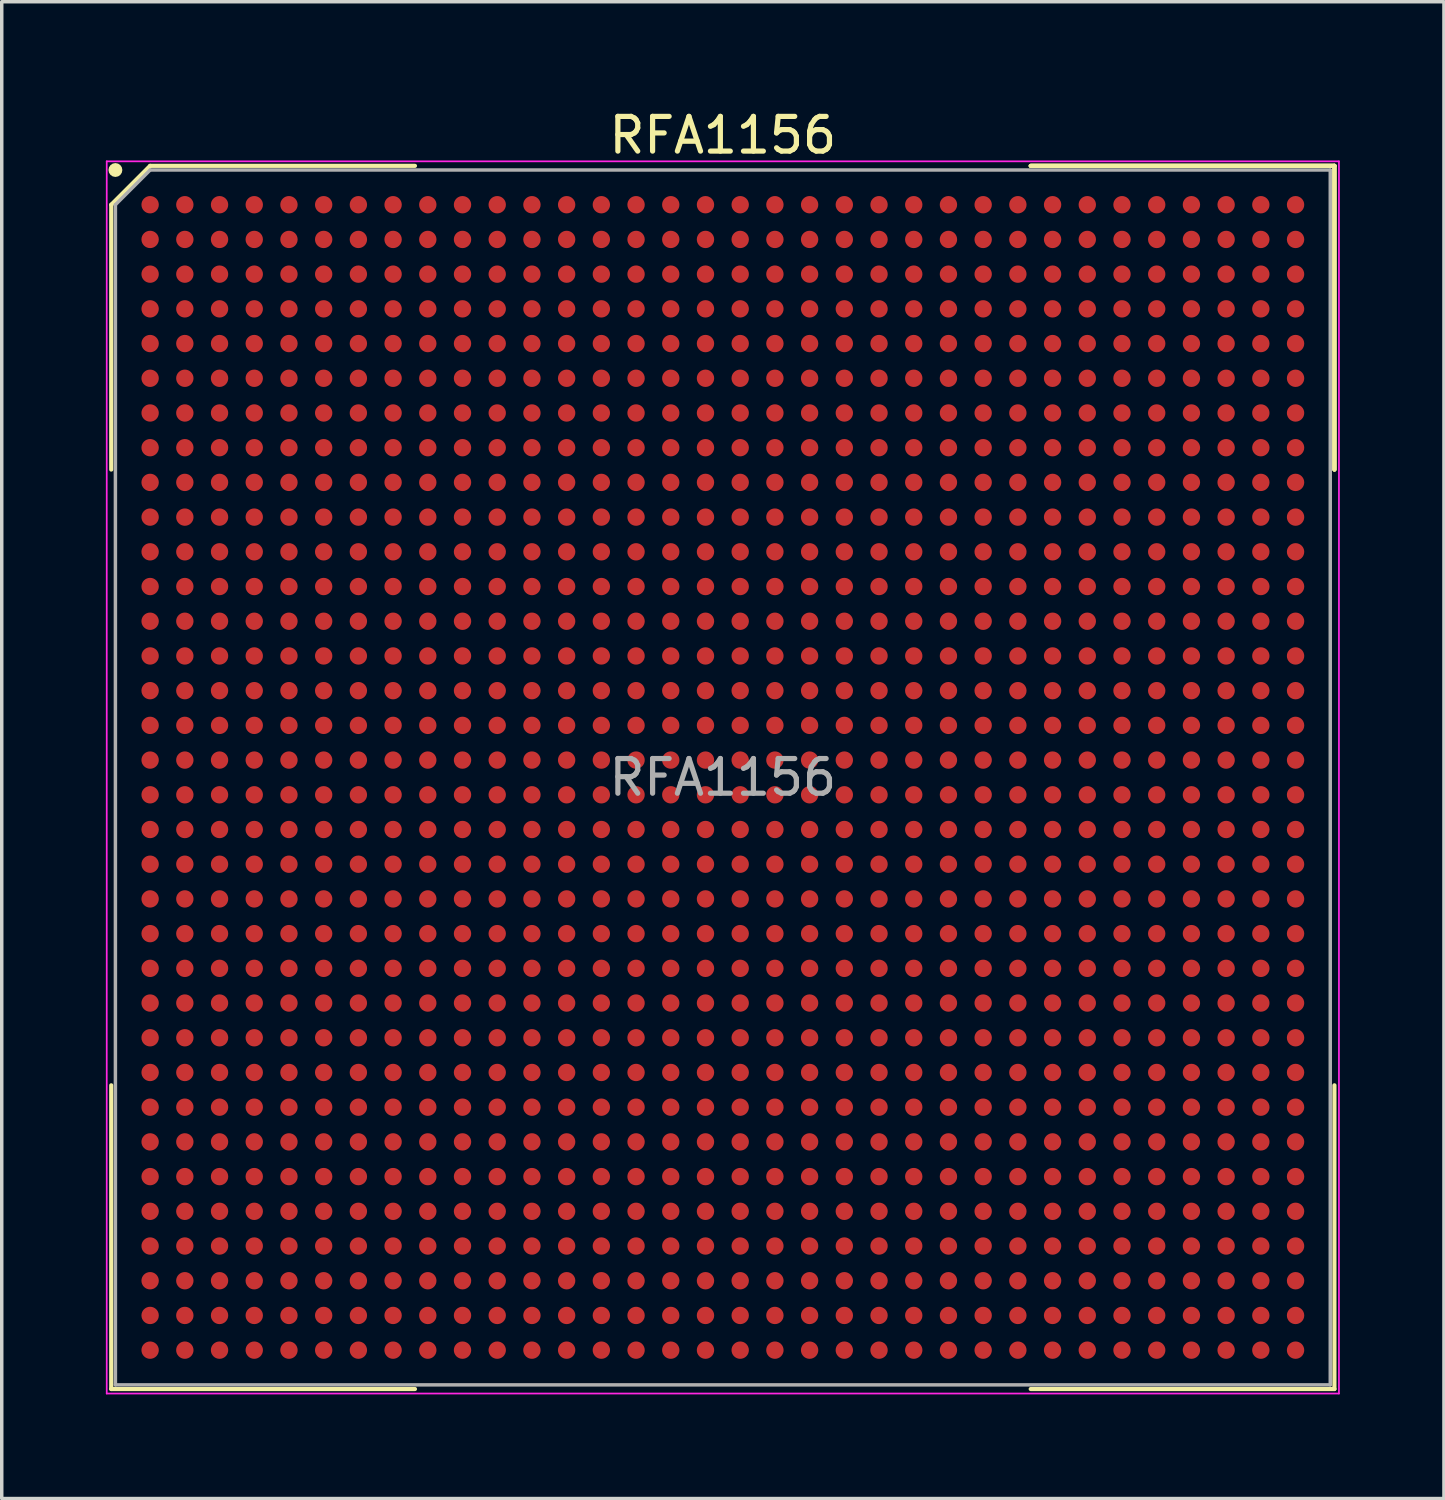
<source format=kicad_pcb>
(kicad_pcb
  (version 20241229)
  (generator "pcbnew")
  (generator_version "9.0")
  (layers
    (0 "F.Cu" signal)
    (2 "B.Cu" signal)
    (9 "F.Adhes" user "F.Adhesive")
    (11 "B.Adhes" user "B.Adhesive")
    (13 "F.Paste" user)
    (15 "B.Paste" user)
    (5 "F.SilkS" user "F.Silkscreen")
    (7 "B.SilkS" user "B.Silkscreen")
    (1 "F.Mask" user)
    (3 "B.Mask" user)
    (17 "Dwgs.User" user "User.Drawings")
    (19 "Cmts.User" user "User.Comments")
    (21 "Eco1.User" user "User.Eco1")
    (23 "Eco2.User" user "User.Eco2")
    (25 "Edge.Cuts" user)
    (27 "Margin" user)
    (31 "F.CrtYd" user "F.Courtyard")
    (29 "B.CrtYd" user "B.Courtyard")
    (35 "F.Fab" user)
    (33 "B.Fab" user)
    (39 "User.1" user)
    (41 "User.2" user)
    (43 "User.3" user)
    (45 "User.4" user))
  (footprint "RFA1156"
    (layer "F.Cu")
    (at 17.775 19.348)
    (property "Reference" "RFA1156" (at 0 -18.5 0) (layer "F.SilkS") (effects (font (size 1 1) (thickness 0.15))))
    (attr smd)
    (fp_line (start -17.62 -16.5) (end -17.62 -8.87) (stroke (width 0.12) (type solid)) (layer "F.SilkS"))
    (fp_line (start -17.62 17.62) (end -17.62 8.87) (stroke (width 0.12) (type solid)) (layer "F.SilkS"))
    (fp_line (start -16.5 -17.62) (end -17.62 -16.5) (stroke (width 0.12) (type solid)) (layer "F.SilkS"))
    (fp_line (start -8.87 -17.62) (end -16.5 -17.62) (stroke (width 0.12) (type solid)) (layer "F.SilkS"))
    (fp_line (start -8.87 17.62) (end -17.62 17.62) (stroke (width 0.12) (type solid)) (layer "F.SilkS"))
    (fp_line (start 8.87 -17.62) (end 17.62 -17.62) (stroke (width 0.12) (type solid)) (layer "F.SilkS"))
    (fp_line (start 8.87 -17.62) (end 17.62 -17.62) (stroke (width 0.12) (type solid)) (layer "F.SilkS"))
    (fp_line (start 8.87 -17.62) (end 17.62 -17.62) (stroke (width 0.12) (type solid)) (layer "F.SilkS"))
    (fp_line (start 8.87 17.62) (end 17.62 17.62) (stroke (width 0.12) (type solid)) (layer "F.SilkS"))
    (fp_line (start 17.62 -17.62) (end 17.62 -8.87) (stroke (width 0.12) (type solid)) (layer "F.SilkS"))
    (fp_line (start 17.62 -17.62) (end 17.62 -8.87) (stroke (width 0.12) (type solid)) (layer "F.SilkS"))
    (fp_line (start 17.62 -17.62) (end 17.62 -8.87) (stroke (width 0.12) (type solid)) (layer "F.SilkS"))
    (fp_line (start 17.62 17.62) (end 17.62 8.87) (stroke (width 0.12) (type solid)) (layer "F.SilkS"))
    (fp_circle (center -17.5 -17.5) (end -17.5 -17.4) (stroke (width 0.2) (type solid)) (fill no) (layer "F.SilkS"))
    (fp_line (start -17.75 -17.75) (end 17.75 -17.75) (stroke (width 0.05) (type solid)) (layer "F.CrtYd"))
    (fp_line (start -17.75 17.75) (end -17.75 -17.75) (stroke (width 0.05) (type solid)) (layer "F.CrtYd"))
    (fp_line (start 17.75 -17.75) (end 17.75 17.75) (stroke (width 0.05) (type solid)) (layer "F.CrtYd"))
    (fp_line (start 17.75 17.75) (end -17.75 17.75) (stroke (width 0.05) (type solid)) (layer "F.CrtYd"))
    (fp_line (start -17.5 -16.5) (end -17.5 17.5) (stroke (width 0.1) (type solid)) (layer "F.Fab"))
    (fp_line (start -17.5 17.5) (end 17.5 17.5) (stroke (width 0.1) (type solid)) (layer "F.Fab"))
    (fp_line (start -16.5 -17.5) (end -17.5 -16.5) (stroke (width 0.1) (type solid)) (layer "F.Fab"))
    (fp_line (start 17.5 -17.5) (end -16.5 -17.5) (stroke (width 0.1) (type solid)) (layer "F.Fab"))
    (fp_line (start 17.5 17.5) (end 17.5 -17.5) (stroke (width 0.1) (type solid)) (layer "F.Fab"))
    (fp_text user "${REFERENCE}" (at 0 0 0) (layer "F.Fab") (effects (font (size 1 1) (thickness 0.15))))
    (pad "A1" smd circle (at -16.5 -16.5) (size 0.5 0.5) (layers "F.Cu" "F.Mask" "F.Paste"))
    (pad "A2" smd circle (at -15.5 -16.5) (size 0.5 0.5) (layers "F.Cu" "F.Mask" "F.Paste"))
    (pad "A3" smd circle (at -14.5 -16.5) (size 0.5 0.5) (layers "F.Cu" "F.Mask" "F.Paste"))
    (pad "A4" smd circle (at -13.5 -16.5) (size 0.5 0.5) (layers "F.Cu" "F.Mask" "F.Paste"))
    (pad "A5" smd circle (at -12.5 -16.5) (size 0.5 0.5) (layers "F.Cu" "F.Mask" "F.Paste"))
    (pad "A6" smd circle (at -11.5 -16.5) (size 0.5 0.5) (layers "F.Cu" "F.Mask" "F.Paste"))
    (pad "A7" smd circle (at -10.5 -16.5) (size 0.5 0.5) (layers "F.Cu" "F.Mask" "F.Paste"))
    (pad "A8" smd circle (at -9.5 -16.5) (size 0.5 0.5) (layers "F.Cu" "F.Mask" "F.Paste"))
    (pad "A9" smd circle (at -8.5 -16.5) (size 0.5 0.5) (layers "F.Cu" "F.Mask" "F.Paste"))
    (pad "A10" smd circle (at -7.5 -16.5) (size 0.5 0.5) (layers "F.Cu" "F.Mask" "F.Paste"))
    (pad "A11" smd circle (at -6.5 -16.5) (size 0.5 0.5) (layers "F.Cu" "F.Mask" "F.Paste"))
    (pad "A12" smd circle (at -5.5 -16.5) (size 0.5 0.5) (layers "F.Cu" "F.Mask" "F.Paste"))
    (pad "A13" smd circle (at -4.5 -16.5) (size 0.5 0.5) (layers "F.Cu" "F.Mask" "F.Paste"))
    (pad "A14" smd circle (at -3.5 -16.5) (size 0.5 0.5) (layers "F.Cu" "F.Mask" "F.Paste"))
    (pad "A15" smd circle (at -2.5 -16.5) (size 0.5 0.5) (layers "F.Cu" "F.Mask" "F.Paste"))
    (pad "A16" smd circle (at -1.5 -16.5) (size 0.5 0.5) (layers "F.Cu" "F.Mask" "F.Paste"))
    (pad "A17" smd circle (at -0.5 -16.5) (size 0.5 0.5) (layers "F.Cu" "F.Mask" "F.Paste"))
    (pad "A18" smd circle (at 0.5 -16.5) (size 0.5 0.5) (layers "F.Cu" "F.Mask" "F.Paste"))
    (pad "A19" smd circle (at 1.5 -16.5) (size 0.5 0.5) (layers "F.Cu" "F.Mask" "F.Paste"))
    (pad "A20" smd circle (at 2.5 -16.5) (size 0.5 0.5) (layers "F.Cu" "F.Mask" "F.Paste"))
    (pad "A21" smd circle (at 3.5 -16.5) (size 0.5 0.5) (layers "F.Cu" "F.Mask" "F.Paste"))
    (pad "A22" smd circle (at 4.5 -16.5) (size 0.5 0.5) (layers "F.Cu" "F.Mask" "F.Paste"))
    (pad "A23" smd circle (at 5.5 -16.5) (size 0.5 0.5) (layers "F.Cu" "F.Mask" "F.Paste"))
    (pad "A24" smd circle (at 6.5 -16.5) (size 0.5 0.5) (layers "F.Cu" "F.Mask" "F.Paste"))
    (pad "A25" smd circle (at 7.5 -16.5) (size 0.5 0.5) (layers "F.Cu" "F.Mask" "F.Paste"))
    (pad "A26" smd circle (at 8.5 -16.5) (size 0.5 0.5) (layers "F.Cu" "F.Mask" "F.Paste"))
    (pad "A27" smd circle (at 9.5 -16.5) (size 0.5 0.5) (layers "F.Cu" "F.Mask" "F.Paste"))
    (pad "A28" smd circle (at 10.5 -16.5) (size 0.5 0.5) (layers "F.Cu" "F.Mask" "F.Paste"))
    (pad "A29" smd circle (at 11.5 -16.5) (size 0.5 0.5) (layers "F.Cu" "F.Mask" "F.Paste"))
    (pad "A30" smd circle (at 12.5 -16.5) (size 0.5 0.5) (layers "F.Cu" "F.Mask" "F.Paste"))
    (pad "A31" smd circle (at 13.5 -16.5) (size 0.5 0.5) (layers "F.Cu" "F.Mask" "F.Paste"))
    (pad "A32" smd circle (at 14.5 -16.5) (size 0.5 0.5) (layers "F.Cu" "F.Mask" "F.Paste"))
    (pad "A33" smd circle (at 15.5 -16.5) (size 0.5 0.5) (layers "F.Cu" "F.Mask" "F.Paste"))
    (pad "A34" smd circle (at 16.5 -16.5) (size 0.5 0.5) (layers "F.Cu" "F.Mask" "F.Paste"))
    (pad "AA1" smd circle (at -16.5 3.5) (size 0.5 0.5) (layers "F.Cu" "F.Mask" "F.Paste"))
    (pad "AA2" smd circle (at -15.5 3.5) (size 0.5 0.5) (layers "F.Cu" "F.Mask" "F.Paste"))
    (pad "AA3" smd circle (at -14.5 3.5) (size 0.5 0.5) (layers "F.Cu" "F.Mask" "F.Paste"))
    (pad "AA4" smd circle (at -13.5 3.5) (size 0.5 0.5) (layers "F.Cu" "F.Mask" "F.Paste"))
    (pad "AA5" smd circle (at -12.5 3.5) (size 0.5 0.5) (layers "F.Cu" "F.Mask" "F.Paste"))
    (pad "AA6" smd circle (at -11.5 3.5) (size 0.5 0.5) (layers "F.Cu" "F.Mask" "F.Paste"))
    (pad "AA7" smd circle (at -10.5 3.5) (size 0.5 0.5) (layers "F.Cu" "F.Mask" "F.Paste"))
    (pad "AA8" smd circle (at -9.5 3.5) (size 0.5 0.5) (layers "F.Cu" "F.Mask" "F.Paste"))
    (pad "AA9" smd circle (at -8.5 3.5) (size 0.5 0.5) (layers "F.Cu" "F.Mask" "F.Paste"))
    (pad "AA10" smd circle (at -7.5 3.5) (size 0.5 0.5) (layers "F.Cu" "F.Mask" "F.Paste"))
    (pad "AA11" smd circle (at -6.5 3.5) (size 0.5 0.5) (layers "F.Cu" "F.Mask" "F.Paste"))
    (pad "AA12" smd circle (at -5.5 3.5) (size 0.5 0.5) (layers "F.Cu" "F.Mask" "F.Paste"))
    (pad "AA13" smd circle (at -4.5 3.5) (size 0.5 0.5) (layers "F.Cu" "F.Mask" "F.Paste"))
    (pad "AA14" smd circle (at -3.5 3.5) (size 0.5 0.5) (layers "F.Cu" "F.Mask" "F.Paste"))
    (pad "AA15" smd circle (at -2.5 3.5) (size 0.5 0.5) (layers "F.Cu" "F.Mask" "F.Paste"))
    (pad "AA16" smd circle (at -1.5 3.5) (size 0.5 0.5) (layers "F.Cu" "F.Mask" "F.Paste"))
    (pad "AA17" smd circle (at -0.5 3.5) (size 0.5 0.5) (layers "F.Cu" "F.Mask" "F.Paste"))
    (pad "AA18" smd circle (at 0.5 3.5) (size 0.5 0.5) (layers "F.Cu" "F.Mask" "F.Paste"))
    (pad "AA19" smd circle (at 1.5 3.5) (size 0.5 0.5) (layers "F.Cu" "F.Mask" "F.Paste"))
    (pad "AA20" smd circle (at 2.5 3.5) (size 0.5 0.5) (layers "F.Cu" "F.Mask" "F.Paste"))
    (pad "AA21" smd circle (at 3.5 3.5) (size 0.5 0.5) (layers "F.Cu" "F.Mask" "F.Paste"))
    (pad "AA22" smd circle (at 4.5 3.5) (size 0.5 0.5) (layers "F.Cu" "F.Mask" "F.Paste"))
    (pad "AA23" smd circle (at 5.5 3.5) (size 0.5 0.5) (layers "F.Cu" "F.Mask" "F.Paste"))
    (pad "AA24" smd circle (at 6.5 3.5) (size 0.5 0.5) (layers "F.Cu" "F.Mask" "F.Paste"))
    (pad "AA25" smd circle (at 7.5 3.5) (size 0.5 0.5) (layers "F.Cu" "F.Mask" "F.Paste"))
    (pad "AA26" smd circle (at 8.5 3.5) (size 0.5 0.5) (layers "F.Cu" "F.Mask" "F.Paste"))
    (pad "AA27" smd circle (at 9.5 3.5) (size 0.5 0.5) (layers "F.Cu" "F.Mask" "F.Paste"))
    (pad "AA28" smd circle (at 10.5 3.5) (size 0.5 0.5) (layers "F.Cu" "F.Mask" "F.Paste"))
    (pad "AA29" smd circle (at 11.5 3.5) (size 0.5 0.5) (layers "F.Cu" "F.Mask" "F.Paste"))
    (pad "AA30" smd circle (at 12.5 3.5) (size 0.5 0.5) (layers "F.Cu" "F.Mask" "F.Paste"))
    (pad "AA31" smd circle (at 13.5 3.5) (size 0.5 0.5) (layers "F.Cu" "F.Mask" "F.Paste"))
    (pad "AA32" smd circle (at 14.5 3.5) (size 0.5 0.5) (layers "F.Cu" "F.Mask" "F.Paste"))
    (pad "AA33" smd circle (at 15.5 3.5) (size 0.5 0.5) (layers "F.Cu" "F.Mask" "F.Paste"))
    (pad "AA34" smd circle (at 16.5 3.5) (size 0.5 0.5) (layers "F.Cu" "F.Mask" "F.Paste"))
    (pad "AB1" smd circle (at -16.5 4.5) (size 0.5 0.5) (layers "F.Cu" "F.Mask" "F.Paste"))
    (pad "AB2" smd circle (at -15.5 4.5) (size 0.5 0.5) (layers "F.Cu" "F.Mask" "F.Paste"))
    (pad "AB3" smd circle (at -14.5 4.5) (size 0.5 0.5) (layers "F.Cu" "F.Mask" "F.Paste"))
    (pad "AB4" smd circle (at -13.5 4.5) (size 0.5 0.5) (layers "F.Cu" "F.Mask" "F.Paste"))
    (pad "AB5" smd circle (at -12.5 4.5) (size 0.5 0.5) (layers "F.Cu" "F.Mask" "F.Paste"))
    (pad "AB6" smd circle (at -11.5 4.5) (size 0.5 0.5) (layers "F.Cu" "F.Mask" "F.Paste"))
    (pad "AB7" smd circle (at -10.5 4.5) (size 0.5 0.5) (layers "F.Cu" "F.Mask" "F.Paste"))
    (pad "AB8" smd circle (at -9.5 4.5) (size 0.5 0.5) (layers "F.Cu" "F.Mask" "F.Paste"))
    (pad "AB9" smd circle (at -8.5 4.5) (size 0.5 0.5) (layers "F.Cu" "F.Mask" "F.Paste"))
    (pad "AB10" smd circle (at -7.5 4.5) (size 0.5 0.5) (layers "F.Cu" "F.Mask" "F.Paste"))
    (pad "AB11" smd circle (at -6.5 4.5) (size 0.5 0.5) (layers "F.Cu" "F.Mask" "F.Paste"))
    (pad "AB12" smd circle (at -5.5 4.5) (size 0.5 0.5) (layers "F.Cu" "F.Mask" "F.Paste"))
    (pad "AB13" smd circle (at -4.5 4.5) (size 0.5 0.5) (layers "F.Cu" "F.Mask" "F.Paste"))
    (pad "AB14" smd circle (at -3.5 4.5) (size 0.5 0.5) (layers "F.Cu" "F.Mask" "F.Paste"))
    (pad "AB15" smd circle (at -2.5 4.5) (size 0.5 0.5) (layers "F.Cu" "F.Mask" "F.Paste"))
    (pad "AB16" smd circle (at -1.5 4.5) (size 0.5 0.5) (layers "F.Cu" "F.Mask" "F.Paste"))
    (pad "AB17" smd circle (at -0.5 4.5) (size 0.5 0.5) (layers "F.Cu" "F.Mask" "F.Paste"))
    (pad "AB18" smd circle (at 0.5 4.5) (size 0.5 0.5) (layers "F.Cu" "F.Mask" "F.Paste"))
    (pad "AB19" smd circle (at 1.5 4.5) (size 0.5 0.5) (layers "F.Cu" "F.Mask" "F.Paste"))
    (pad "AB20" smd circle (at 2.5 4.5) (size 0.5 0.5) (layers "F.Cu" "F.Mask" "F.Paste"))
    (pad "AB21" smd circle (at 3.5 4.5) (size 0.5 0.5) (layers "F.Cu" "F.Mask" "F.Paste"))
    (pad "AB22" smd circle (at 4.5 4.5) (size 0.5 0.5) (layers "F.Cu" "F.Mask" "F.Paste"))
    (pad "AB23" smd circle (at 5.5 4.5) (size 0.5 0.5) (layers "F.Cu" "F.Mask" "F.Paste"))
    (pad "AB24" smd circle (at 6.5 4.5) (size 0.5 0.5) (layers "F.Cu" "F.Mask" "F.Paste"))
    (pad "AB25" smd circle (at 7.5 4.5) (size 0.5 0.5) (layers "F.Cu" "F.Mask" "F.Paste"))
    (pad "AB26" smd circle (at 8.5 4.5) (size 0.5 0.5) (layers "F.Cu" "F.Mask" "F.Paste"))
    (pad "AB27" smd circle (at 9.5 4.5) (size 0.5 0.5) (layers "F.Cu" "F.Mask" "F.Paste"))
    (pad "AB28" smd circle (at 10.5 4.5) (size 0.5 0.5) (layers "F.Cu" "F.Mask" "F.Paste"))
    (pad "AB29" smd circle (at 11.5 4.5) (size 0.5 0.5) (layers "F.Cu" "F.Mask" "F.Paste"))
    (pad "AB30" smd circle (at 12.5 4.5) (size 0.5 0.5) (layers "F.Cu" "F.Mask" "F.Paste"))
    (pad "AB31" smd circle (at 13.5 4.5) (size 0.5 0.5) (layers "F.Cu" "F.Mask" "F.Paste"))
    (pad "AB32" smd circle (at 14.5 4.5) (size 0.5 0.5) (layers "F.Cu" "F.Mask" "F.Paste"))
    (pad "AB33" smd circle (at 15.5 4.5) (size 0.5 0.5) (layers "F.Cu" "F.Mask" "F.Paste"))
    (pad "AB34" smd circle (at 16.5 4.5) (size 0.5 0.5) (layers "F.Cu" "F.Mask" "F.Paste"))
    (pad "AC1" smd circle (at -16.5 5.5) (size 0.5 0.5) (layers "F.Cu" "F.Mask" "F.Paste"))
    (pad "AC2" smd circle (at -15.5 5.5) (size 0.5 0.5) (layers "F.Cu" "F.Mask" "F.Paste"))
    (pad "AC3" smd circle (at -14.5 5.5) (size 0.5 0.5) (layers "F.Cu" "F.Mask" "F.Paste"))
    (pad "AC4" smd circle (at -13.5 5.5) (size 0.5 0.5) (layers "F.Cu" "F.Mask" "F.Paste"))
    (pad "AC5" smd circle (at -12.5 5.5) (size 0.5 0.5) (layers "F.Cu" "F.Mask" "F.Paste"))
    (pad "AC6" smd circle (at -11.5 5.5) (size 0.5 0.5) (layers "F.Cu" "F.Mask" "F.Paste"))
    (pad "AC7" smd circle (at -10.5 5.5) (size 0.5 0.5) (layers "F.Cu" "F.Mask" "F.Paste"))
    (pad "AC8" smd circle (at -9.5 5.5) (size 0.5 0.5) (layers "F.Cu" "F.Mask" "F.Paste"))
    (pad "AC9" smd circle (at -8.5 5.5) (size 0.5 0.5) (layers "F.Cu" "F.Mask" "F.Paste"))
    (pad "AC10" smd circle (at -7.5 5.5) (size 0.5 0.5) (layers "F.Cu" "F.Mask" "F.Paste"))
    (pad "AC11" smd circle (at -6.5 5.5) (size 0.5 0.5) (layers "F.Cu" "F.Mask" "F.Paste"))
    (pad "AC12" smd circle (at -5.5 5.5) (size 0.5 0.5) (layers "F.Cu" "F.Mask" "F.Paste"))
    (pad "AC13" smd circle (at -4.5 5.5) (size 0.5 0.5) (layers "F.Cu" "F.Mask" "F.Paste"))
    (pad "AC14" smd circle (at -3.5 5.5) (size 0.5 0.5) (layers "F.Cu" "F.Mask" "F.Paste"))
    (pad "AC15" smd circle (at -2.5 5.5) (size 0.5 0.5) (layers "F.Cu" "F.Mask" "F.Paste"))
    (pad "AC16" smd circle (at -1.5 5.5) (size 0.5 0.5) (layers "F.Cu" "F.Mask" "F.Paste"))
    (pad "AC17" smd circle (at -0.5 5.5) (size 0.5 0.5) (layers "F.Cu" "F.Mask" "F.Paste"))
    (pad "AC18" smd circle (at 0.5 5.5) (size 0.5 0.5) (layers "F.Cu" "F.Mask" "F.Paste"))
    (pad "AC19" smd circle (at 1.5 5.5) (size 0.5 0.5) (layers "F.Cu" "F.Mask" "F.Paste"))
    (pad "AC20" smd circle (at 2.5 5.5) (size 0.5 0.5) (layers "F.Cu" "F.Mask" "F.Paste"))
    (pad "AC21" smd circle (at 3.5 5.5) (size 0.5 0.5) (layers "F.Cu" "F.Mask" "F.Paste"))
    (pad "AC22" smd circle (at 4.5 5.5) (size 0.5 0.5) (layers "F.Cu" "F.Mask" "F.Paste"))
    (pad "AC23" smd circle (at 5.5 5.5) (size 0.5 0.5) (layers "F.Cu" "F.Mask" "F.Paste"))
    (pad "AC24" smd circle (at 6.5 5.5) (size 0.5 0.5) (layers "F.Cu" "F.Mask" "F.Paste"))
    (pad "AC25" smd circle (at 7.5 5.5) (size 0.5 0.5) (layers "F.Cu" "F.Mask" "F.Paste"))
    (pad "AC26" smd circle (at 8.5 5.5) (size 0.5 0.5) (layers "F.Cu" "F.Mask" "F.Paste"))
    (pad "AC27" smd circle (at 9.5 5.5) (size 0.5 0.5) (layers "F.Cu" "F.Mask" "F.Paste"))
    (pad "AC28" smd circle (at 10.5 5.5) (size 0.5 0.5) (layers "F.Cu" "F.Mask" "F.Paste"))
    (pad "AC29" smd circle (at 11.5 5.5) (size 0.5 0.5) (layers "F.Cu" "F.Mask" "F.Paste"))
    (pad "AC30" smd circle (at 12.5 5.5) (size 0.5 0.5) (layers "F.Cu" "F.Mask" "F.Paste"))
    (pad "AC31" smd circle (at 13.5 5.5) (size 0.5 0.5) (layers "F.Cu" "F.Mask" "F.Paste"))
    (pad "AC32" smd circle (at 14.5 5.5) (size 0.5 0.5) (layers "F.Cu" "F.Mask" "F.Paste"))
    (pad "AC33" smd circle (at 15.5 5.5) (size 0.5 0.5) (layers "F.Cu" "F.Mask" "F.Paste"))
    (pad "AC34" smd circle (at 16.5 5.5) (size 0.5 0.5) (layers "F.Cu" "F.Mask" "F.Paste"))
    (pad "AD1" smd circle (at -16.5 6.5) (size 0.5 0.5) (layers "F.Cu" "F.Mask" "F.Paste"))
    (pad "AD2" smd circle (at -15.5 6.5) (size 0.5 0.5) (layers "F.Cu" "F.Mask" "F.Paste"))
    (pad "AD3" smd circle (at -14.5 6.5) (size 0.5 0.5) (layers "F.Cu" "F.Mask" "F.Paste"))
    (pad "AD4" smd circle (at -13.5 6.5) (size 0.5 0.5) (layers "F.Cu" "F.Mask" "F.Paste"))
    (pad "AD5" smd circle (at -12.5 6.5) (size 0.5 0.5) (layers "F.Cu" "F.Mask" "F.Paste"))
    (pad "AD6" smd circle (at -11.5 6.5) (size 0.5 0.5) (layers "F.Cu" "F.Mask" "F.Paste"))
    (pad "AD7" smd circle (at -10.5 6.5) (size 0.5 0.5) (layers "F.Cu" "F.Mask" "F.Paste"))
    (pad "AD8" smd circle (at -9.5 6.5) (size 0.5 0.5) (layers "F.Cu" "F.Mask" "F.Paste"))
    (pad "AD9" smd circle (at -8.5 6.5) (size 0.5 0.5) (layers "F.Cu" "F.Mask" "F.Paste"))
    (pad "AD10" smd circle (at -7.5 6.5) (size 0.5 0.5) (layers "F.Cu" "F.Mask" "F.Paste"))
    (pad "AD11" smd circle (at -6.5 6.5) (size 0.5 0.5) (layers "F.Cu" "F.Mask" "F.Paste"))
    (pad "AD12" smd circle (at -5.5 6.5) (size 0.5 0.5) (layers "F.Cu" "F.Mask" "F.Paste"))
    (pad "AD13" smd circle (at -4.5 6.5) (size 0.5 0.5) (layers "F.Cu" "F.Mask" "F.Paste"))
    (pad "AD14" smd circle (at -3.5 6.5) (size 0.5 0.5) (layers "F.Cu" "F.Mask" "F.Paste"))
    (pad "AD15" smd circle (at -2.5 6.5) (size 0.5 0.5) (layers "F.Cu" "F.Mask" "F.Paste"))
    (pad "AD16" smd circle (at -1.5 6.5) (size 0.5 0.5) (layers "F.Cu" "F.Mask" "F.Paste"))
    (pad "AD17" smd circle (at -0.5 6.5) (size 0.5 0.5) (layers "F.Cu" "F.Mask" "F.Paste"))
    (pad "AD18" smd circle (at 0.5 6.5) (size 0.5 0.5) (layers "F.Cu" "F.Mask" "F.Paste"))
    (pad "AD19" smd circle (at 1.5 6.5) (size 0.5 0.5) (layers "F.Cu" "F.Mask" "F.Paste"))
    (pad "AD20" smd circle (at 2.5 6.5) (size 0.5 0.5) (layers "F.Cu" "F.Mask" "F.Paste"))
    (pad "AD21" smd circle (at 3.5 6.5) (size 0.5 0.5) (layers "F.Cu" "F.Mask" "F.Paste"))
    (pad "AD22" smd circle (at 4.5 6.5) (size 0.5 0.5) (layers "F.Cu" "F.Mask" "F.Paste"))
    (pad "AD23" smd circle (at 5.5 6.5) (size 0.5 0.5) (layers "F.Cu" "F.Mask" "F.Paste"))
    (pad "AD24" smd circle (at 6.5 6.5) (size 0.5 0.5) (layers "F.Cu" "F.Mask" "F.Paste"))
    (pad "AD25" smd circle (at 7.5 6.5) (size 0.5 0.5) (layers "F.Cu" "F.Mask" "F.Paste"))
    (pad "AD26" smd circle (at 8.5 6.5) (size 0.5 0.5) (layers "F.Cu" "F.Mask" "F.Paste"))
    (pad "AD27" smd circle (at 9.5 6.5) (size 0.5 0.5) (layers "F.Cu" "F.Mask" "F.Paste"))
    (pad "AD28" smd circle (at 10.5 6.5) (size 0.5 0.5) (layers "F.Cu" "F.Mask" "F.Paste"))
    (pad "AD29" smd circle (at 11.5 6.5) (size 0.5 0.5) (layers "F.Cu" "F.Mask" "F.Paste"))
    (pad "AD30" smd circle (at 12.5 6.5) (size 0.5 0.5) (layers "F.Cu" "F.Mask" "F.Paste"))
    (pad "AD31" smd circle (at 13.5 6.5) (size 0.5 0.5) (layers "F.Cu" "F.Mask" "F.Paste"))
    (pad "AD32" smd circle (at 14.5 6.5) (size 0.5 0.5) (layers "F.Cu" "F.Mask" "F.Paste"))
    (pad "AD33" smd circle (at 15.5 6.5) (size 0.5 0.5) (layers "F.Cu" "F.Mask" "F.Paste"))
    (pad "AD34" smd circle (at 16.5 6.5) (size 0.5 0.5) (layers "F.Cu" "F.Mask" "F.Paste"))
    (pad "AE1" smd circle (at -16.5 7.5) (size 0.5 0.5) (layers "F.Cu" "F.Mask" "F.Paste"))
    (pad "AE2" smd circle (at -15.5 7.5) (size 0.5 0.5) (layers "F.Cu" "F.Mask" "F.Paste"))
    (pad "AE3" smd circle (at -14.5 7.5) (size 0.5 0.5) (layers "F.Cu" "F.Mask" "F.Paste"))
    (pad "AE4" smd circle (at -13.5 7.5) (size 0.5 0.5) (layers "F.Cu" "F.Mask" "F.Paste"))
    (pad "AE5" smd circle (at -12.5 7.5) (size 0.5 0.5) (layers "F.Cu" "F.Mask" "F.Paste"))
    (pad "AE6" smd circle (at -11.5 7.5) (size 0.5 0.5) (layers "F.Cu" "F.Mask" "F.Paste"))
    (pad "AE7" smd circle (at -10.5 7.5) (size 0.5 0.5) (layers "F.Cu" "F.Mask" "F.Paste"))
    (pad "AE8" smd circle (at -9.5 7.5) (size 0.5 0.5) (layers "F.Cu" "F.Mask" "F.Paste"))
    (pad "AE9" smd circle (at -8.5 7.5) (size 0.5 0.5) (layers "F.Cu" "F.Mask" "F.Paste"))
    (pad "AE10" smd circle (at -7.5 7.5) (size 0.5 0.5) (layers "F.Cu" "F.Mask" "F.Paste"))
    (pad "AE11" smd circle (at -6.5 7.5) (size 0.5 0.5) (layers "F.Cu" "F.Mask" "F.Paste"))
    (pad "AE12" smd circle (at -5.5 7.5) (size 0.5 0.5) (layers "F.Cu" "F.Mask" "F.Paste"))
    (pad "AE13" smd circle (at -4.5 7.5) (size 0.5 0.5) (layers "F.Cu" "F.Mask" "F.Paste"))
    (pad "AE14" smd circle (at -3.5 7.5) (size 0.5 0.5) (layers "F.Cu" "F.Mask" "F.Paste"))
    (pad "AE15" smd circle (at -2.5 7.5) (size 0.5 0.5) (layers "F.Cu" "F.Mask" "F.Paste"))
    (pad "AE16" smd circle (at -1.5 7.5) (size 0.5 0.5) (layers "F.Cu" "F.Mask" "F.Paste"))
    (pad "AE17" smd circle (at -0.5 7.5) (size 0.5 0.5) (layers "F.Cu" "F.Mask" "F.Paste"))
    (pad "AE18" smd circle (at 0.5 7.5) (size 0.5 0.5) (layers "F.Cu" "F.Mask" "F.Paste"))
    (pad "AE19" smd circle (at 1.5 7.5) (size 0.5 0.5) (layers "F.Cu" "F.Mask" "F.Paste"))
    (pad "AE20" smd circle (at 2.5 7.5) (size 0.5 0.5) (layers "F.Cu" "F.Mask" "F.Paste"))
    (pad "AE21" smd circle (at 3.5 7.5) (size 0.5 0.5) (layers "F.Cu" "F.Mask" "F.Paste"))
    (pad "AE22" smd circle (at 4.5 7.5) (size 0.5 0.5) (layers "F.Cu" "F.Mask" "F.Paste"))
    (pad "AE23" smd circle (at 5.5 7.5) (size 0.5 0.5) (layers "F.Cu" "F.Mask" "F.Paste"))
    (pad "AE24" smd circle (at 6.5 7.5) (size 0.5 0.5) (layers "F.Cu" "F.Mask" "F.Paste"))
    (pad "AE25" smd circle (at 7.5 7.5) (size 0.5 0.5) (layers "F.Cu" "F.Mask" "F.Paste"))
    (pad "AE26" smd circle (at 8.5 7.5) (size 0.5 0.5) (layers "F.Cu" "F.Mask" "F.Paste"))
    (pad "AE27" smd circle (at 9.5 7.5) (size 0.5 0.5) (layers "F.Cu" "F.Mask" "F.Paste"))
    (pad "AE28" smd circle (at 10.5 7.5) (size 0.5 0.5) (layers "F.Cu" "F.Mask" "F.Paste"))
    (pad "AE29" smd circle (at 11.5 7.5) (size 0.5 0.5) (layers "F.Cu" "F.Mask" "F.Paste"))
    (pad "AE30" smd circle (at 12.5 7.5) (size 0.5 0.5) (layers "F.Cu" "F.Mask" "F.Paste"))
    (pad "AE31" smd circle (at 13.5 7.5) (size 0.5 0.5) (layers "F.Cu" "F.Mask" "F.Paste"))
    (pad "AE32" smd circle (at 14.5 7.5) (size 0.5 0.5) (layers "F.Cu" "F.Mask" "F.Paste"))
    (pad "AE33" smd circle (at 15.5 7.5) (size 0.5 0.5) (layers "F.Cu" "F.Mask" "F.Paste"))
    (pad "AE34" smd circle (at 16.5 7.5) (size 0.5 0.5) (layers "F.Cu" "F.Mask" "F.Paste"))
    (pad "AF1" smd circle (at -16.5 8.5) (size 0.5 0.5) (layers "F.Cu" "F.Mask" "F.Paste"))
    (pad "AF2" smd circle (at -15.5 8.5) (size 0.5 0.5) (layers "F.Cu" "F.Mask" "F.Paste"))
    (pad "AF3" smd circle (at -14.5 8.5) (size 0.5 0.5) (layers "F.Cu" "F.Mask" "F.Paste"))
    (pad "AF4" smd circle (at -13.5 8.5) (size 0.5 0.5) (layers "F.Cu" "F.Mask" "F.Paste"))
    (pad "AF5" smd circle (at -12.5 8.5) (size 0.5 0.5) (layers "F.Cu" "F.Mask" "F.Paste"))
    (pad "AF6" smd circle (at -11.5 8.5) (size 0.5 0.5) (layers "F.Cu" "F.Mask" "F.Paste"))
    (pad "AF7" smd circle (at -10.5 8.5) (size 0.5 0.5) (layers "F.Cu" "F.Mask" "F.Paste"))
    (pad "AF8" smd circle (at -9.5 8.5) (size 0.5 0.5) (layers "F.Cu" "F.Mask" "F.Paste"))
    (pad "AF9" smd circle (at -8.5 8.5) (size 0.5 0.5) (layers "F.Cu" "F.Mask" "F.Paste"))
    (pad "AF10" smd circle (at -7.5 8.5) (size 0.5 0.5) (layers "F.Cu" "F.Mask" "F.Paste"))
    (pad "AF11" smd circle (at -6.5 8.5) (size 0.5 0.5) (layers "F.Cu" "F.Mask" "F.Paste"))
    (pad "AF12" smd circle (at -5.5 8.5) (size 0.5 0.5) (layers "F.Cu" "F.Mask" "F.Paste"))
    (pad "AF13" smd circle (at -4.5 8.5) (size 0.5 0.5) (layers "F.Cu" "F.Mask" "F.Paste"))
    (pad "AF14" smd circle (at -3.5 8.5) (size 0.5 0.5) (layers "F.Cu" "F.Mask" "F.Paste"))
    (pad "AF15" smd circle (at -2.5 8.5) (size 0.5 0.5) (layers "F.Cu" "F.Mask" "F.Paste"))
    (pad "AF16" smd circle (at -1.5 8.5) (size 0.5 0.5) (layers "F.Cu" "F.Mask" "F.Paste"))
    (pad "AF17" smd circle (at -0.5 8.5) (size 0.5 0.5) (layers "F.Cu" "F.Mask" "F.Paste"))
    (pad "AF18" smd circle (at 0.5 8.5) (size 0.5 0.5) (layers "F.Cu" "F.Mask" "F.Paste"))
    (pad "AF19" smd circle (at 1.5 8.5) (size 0.5 0.5) (layers "F.Cu" "F.Mask" "F.Paste"))
    (pad "AF20" smd circle (at 2.5 8.5) (size 0.5 0.5) (layers "F.Cu" "F.Mask" "F.Paste"))
    (pad "AF21" smd circle (at 3.5 8.5) (size 0.5 0.5) (layers "F.Cu" "F.Mask" "F.Paste"))
    (pad "AF22" smd circle (at 4.5 8.5) (size 0.5 0.5) (layers "F.Cu" "F.Mask" "F.Paste"))
    (pad "AF23" smd circle (at 5.5 8.5) (size 0.5 0.5) (layers "F.Cu" "F.Mask" "F.Paste"))
    (pad "AF24" smd circle (at 6.5 8.5) (size 0.5 0.5) (layers "F.Cu" "F.Mask" "F.Paste"))
    (pad "AF25" smd circle (at 7.5 8.5) (size 0.5 0.5) (layers "F.Cu" "F.Mask" "F.Paste"))
    (pad "AF26" smd circle (at 8.5 8.5) (size 0.5 0.5) (layers "F.Cu" "F.Mask" "F.Paste"))
    (pad "AF27" smd circle (at 9.5 8.5) (size 0.5 0.5) (layers "F.Cu" "F.Mask" "F.Paste"))
    (pad "AF28" smd circle (at 10.5 8.5) (size 0.5 0.5) (layers "F.Cu" "F.Mask" "F.Paste"))
    (pad "AF29" smd circle (at 11.5 8.5) (size 0.5 0.5) (layers "F.Cu" "F.Mask" "F.Paste"))
    (pad "AF30" smd circle (at 12.5 8.5) (size 0.5 0.5) (layers "F.Cu" "F.Mask" "F.Paste"))
    (pad "AF31" smd circle (at 13.5 8.5) (size 0.5 0.5) (layers "F.Cu" "F.Mask" "F.Paste"))
    (pad "AF32" smd circle (at 14.5 8.5) (size 0.5 0.5) (layers "F.Cu" "F.Mask" "F.Paste"))
    (pad "AF33" smd circle (at 15.5 8.5) (size 0.5 0.5) (layers "F.Cu" "F.Mask" "F.Paste"))
    (pad "AF34" smd circle (at 16.5 8.5) (size 0.5 0.5) (layers "F.Cu" "F.Mask" "F.Paste"))
    (pad "AG1" smd circle (at -16.5 9.5) (size 0.5 0.5) (layers "F.Cu" "F.Mask" "F.Paste"))
    (pad "AG2" smd circle (at -15.5 9.5) (size 0.5 0.5) (layers "F.Cu" "F.Mask" "F.Paste"))
    (pad "AG3" smd circle (at -14.5 9.5) (size 0.5 0.5) (layers "F.Cu" "F.Mask" "F.Paste"))
    (pad "AG4" smd circle (at -13.5 9.5) (size 0.5 0.5) (layers "F.Cu" "F.Mask" "F.Paste"))
    (pad "AG5" smd circle (at -12.5 9.5) (size 0.5 0.5) (layers "F.Cu" "F.Mask" "F.Paste"))
    (pad "AG6" smd circle (at -11.5 9.5) (size 0.5 0.5) (layers "F.Cu" "F.Mask" "F.Paste"))
    (pad "AG7" smd circle (at -10.5 9.5) (size 0.5 0.5) (layers "F.Cu" "F.Mask" "F.Paste"))
    (pad "AG8" smd circle (at -9.5 9.5) (size 0.5 0.5) (layers "F.Cu" "F.Mask" "F.Paste"))
    (pad "AG9" smd circle (at -8.5 9.5) (size 0.5 0.5) (layers "F.Cu" "F.Mask" "F.Paste"))
    (pad "AG10" smd circle (at -7.5 9.5) (size 0.5 0.5) (layers "F.Cu" "F.Mask" "F.Paste"))
    (pad "AG11" smd circle (at -6.5 9.5) (size 0.5 0.5) (layers "F.Cu" "F.Mask" "F.Paste"))
    (pad "AG12" smd circle (at -5.5 9.5) (size 0.5 0.5) (layers "F.Cu" "F.Mask" "F.Paste"))
    (pad "AG13" smd circle (at -4.5 9.5) (size 0.5 0.5) (layers "F.Cu" "F.Mask" "F.Paste"))
    (pad "AG14" smd circle (at -3.5 9.5) (size 0.5 0.5) (layers "F.Cu" "F.Mask" "F.Paste"))
    (pad "AG15" smd circle (at -2.5 9.5) (size 0.5 0.5) (layers "F.Cu" "F.Mask" "F.Paste"))
    (pad "AG16" smd circle (at -1.5 9.5) (size 0.5 0.5) (layers "F.Cu" "F.Mask" "F.Paste"))
    (pad "AG17" smd circle (at -0.5 9.5) (size 0.5 0.5) (layers "F.Cu" "F.Mask" "F.Paste"))
    (pad "AG18" smd circle (at 0.5 9.5) (size 0.5 0.5) (layers "F.Cu" "F.Mask" "F.Paste"))
    (pad "AG19" smd circle (at 1.5 9.5) (size 0.5 0.5) (layers "F.Cu" "F.Mask" "F.Paste"))
    (pad "AG20" smd circle (at 2.5 9.5) (size 0.5 0.5) (layers "F.Cu" "F.Mask" "F.Paste"))
    (pad "AG21" smd circle (at 3.5 9.5) (size 0.5 0.5) (layers "F.Cu" "F.Mask" "F.Paste"))
    (pad "AG22" smd circle (at 4.5 9.5) (size 0.5 0.5) (layers "F.Cu" "F.Mask" "F.Paste"))
    (pad "AG23" smd circle (at 5.5 9.5) (size 0.5 0.5) (layers "F.Cu" "F.Mask" "F.Paste"))
    (pad "AG24" smd circle (at 6.5 9.5) (size 0.5 0.5) (layers "F.Cu" "F.Mask" "F.Paste"))
    (pad "AG25" smd circle (at 7.5 9.5) (size 0.5 0.5) (layers "F.Cu" "F.Mask" "F.Paste"))
    (pad "AG26" smd circle (at 8.5 9.5) (size 0.5 0.5) (layers "F.Cu" "F.Mask" "F.Paste"))
    (pad "AG27" smd circle (at 9.5 9.5) (size 0.5 0.5) (layers "F.Cu" "F.Mask" "F.Paste"))
    (pad "AG28" smd circle (at 10.5 9.5) (size 0.5 0.5) (layers "F.Cu" "F.Mask" "F.Paste"))
    (pad "AG29" smd circle (at 11.5 9.5) (size 0.5 0.5) (layers "F.Cu" "F.Mask" "F.Paste"))
    (pad "AG30" smd circle (at 12.5 9.5) (size 0.5 0.5) (layers "F.Cu" "F.Mask" "F.Paste"))
    (pad "AG31" smd circle (at 13.5 9.5) (size 0.5 0.5) (layers "F.Cu" "F.Mask" "F.Paste"))
    (pad "AG32" smd circle (at 14.5 9.5) (size 0.5 0.5) (layers "F.Cu" "F.Mask" "F.Paste"))
    (pad "AG33" smd circle (at 15.5 9.5) (size 0.5 0.5) (layers "F.Cu" "F.Mask" "F.Paste"))
    (pad "AG34" smd circle (at 16.5 9.5) (size 0.5 0.5) (layers "F.Cu" "F.Mask" "F.Paste"))
    (pad "AH1" smd circle (at -16.5 10.5) (size 0.5 0.5) (layers "F.Cu" "F.Mask" "F.Paste"))
    (pad "AH2" smd circle (at -15.5 10.5) (size 0.5 0.5) (layers "F.Cu" "F.Mask" "F.Paste"))
    (pad "AH3" smd circle (at -14.5 10.5) (size 0.5 0.5) (layers "F.Cu" "F.Mask" "F.Paste"))
    (pad "AH4" smd circle (at -13.5 10.5) (size 0.5 0.5) (layers "F.Cu" "F.Mask" "F.Paste"))
    (pad "AH5" smd circle (at -12.5 10.5) (size 0.5 0.5) (layers "F.Cu" "F.Mask" "F.Paste"))
    (pad "AH6" smd circle (at -11.5 10.5) (size 0.5 0.5) (layers "F.Cu" "F.Mask" "F.Paste"))
    (pad "AH7" smd circle (at -10.5 10.5) (size 0.5 0.5) (layers "F.Cu" "F.Mask" "F.Paste"))
    (pad "AH8" smd circle (at -9.5 10.5) (size 0.5 0.5) (layers "F.Cu" "F.Mask" "F.Paste"))
    (pad "AH9" smd circle (at -8.5 10.5) (size 0.5 0.5) (layers "F.Cu" "F.Mask" "F.Paste"))
    (pad "AH10" smd circle (at -7.5 10.5) (size 0.5 0.5) (layers "F.Cu" "F.Mask" "F.Paste"))
    (pad "AH11" smd circle (at -6.5 10.5) (size 0.5 0.5) (layers "F.Cu" "F.Mask" "F.Paste"))
    (pad "AH12" smd circle (at -5.5 10.5) (size 0.5 0.5) (layers "F.Cu" "F.Mask" "F.Paste"))
    (pad "AH13" smd circle (at -4.5 10.5) (size 0.5 0.5) (layers "F.Cu" "F.Mask" "F.Paste"))
    (pad "AH14" smd circle (at -3.5 10.5) (size 0.5 0.5) (layers "F.Cu" "F.Mask" "F.Paste"))
    (pad "AH15" smd circle (at -2.5 10.5) (size 0.5 0.5) (layers "F.Cu" "F.Mask" "F.Paste"))
    (pad "AH16" smd circle (at -1.5 10.5) (size 0.5 0.5) (layers "F.Cu" "F.Mask" "F.Paste"))
    (pad "AH17" smd circle (at -0.5 10.5) (size 0.5 0.5) (layers "F.Cu" "F.Mask" "F.Paste"))
    (pad "AH18" smd circle (at 0.5 10.5) (size 0.5 0.5) (layers "F.Cu" "F.Mask" "F.Paste"))
    (pad "AH19" smd circle (at 1.5 10.5) (size 0.5 0.5) (layers "F.Cu" "F.Mask" "F.Paste"))
    (pad "AH20" smd circle (at 2.5 10.5) (size 0.5 0.5) (layers "F.Cu" "F.Mask" "F.Paste"))
    (pad "AH21" smd circle (at 3.5 10.5) (size 0.5 0.5) (layers "F.Cu" "F.Mask" "F.Paste"))
    (pad "AH22" smd circle (at 4.5 10.5) (size 0.5 0.5) (layers "F.Cu" "F.Mask" "F.Paste"))
    (pad "AH23" smd circle (at 5.5 10.5) (size 0.5 0.5) (layers "F.Cu" "F.Mask" "F.Paste"))
    (pad "AH24" smd circle (at 6.5 10.5) (size 0.5 0.5) (layers "F.Cu" "F.Mask" "F.Paste"))
    (pad "AH25" smd circle (at 7.5 10.5) (size 0.5 0.5) (layers "F.Cu" "F.Mask" "F.Paste"))
    (pad "AH26" smd circle (at 8.5 10.5) (size 0.5 0.5) (layers "F.Cu" "F.Mask" "F.Paste"))
    (pad "AH27" smd circle (at 9.5 10.5) (size 0.5 0.5) (layers "F.Cu" "F.Mask" "F.Paste"))
    (pad "AH28" smd circle (at 10.5 10.5) (size 0.5 0.5) (layers "F.Cu" "F.Mask" "F.Paste"))
    (pad "AH29" smd circle (at 11.5 10.5) (size 0.5 0.5) (layers "F.Cu" "F.Mask" "F.Paste"))
    (pad "AH30" smd circle (at 12.5 10.5) (size 0.5 0.5) (layers "F.Cu" "F.Mask" "F.Paste"))
    (pad "AH31" smd circle (at 13.5 10.5) (size 0.5 0.5) (layers "F.Cu" "F.Mask" "F.Paste"))
    (pad "AH32" smd circle (at 14.5 10.5) (size 0.5 0.5) (layers "F.Cu" "F.Mask" "F.Paste"))
    (pad "AH33" smd circle (at 15.5 10.5) (size 0.5 0.5) (layers "F.Cu" "F.Mask" "F.Paste"))
    (pad "AH34" smd circle (at 16.5 10.5) (size 0.5 0.5) (layers "F.Cu" "F.Mask" "F.Paste"))
    (pad "AJ1" smd circle (at -16.5 11.5) (size 0.5 0.5) (layers "F.Cu" "F.Mask" "F.Paste"))
    (pad "AJ2" smd circle (at -15.5 11.5) (size 0.5 0.5) (layers "F.Cu" "F.Mask" "F.Paste"))
    (pad "AJ3" smd circle (at -14.5 11.5) (size 0.5 0.5) (layers "F.Cu" "F.Mask" "F.Paste"))
    (pad "AJ4" smd circle (at -13.5 11.5) (size 0.5 0.5) (layers "F.Cu" "F.Mask" "F.Paste"))
    (pad "AJ5" smd circle (at -12.5 11.5) (size 0.5 0.5) (layers "F.Cu" "F.Mask" "F.Paste"))
    (pad "AJ6" smd circle (at -11.5 11.5) (size 0.5 0.5) (layers "F.Cu" "F.Mask" "F.Paste"))
    (pad "AJ7" smd circle (at -10.5 11.5) (size 0.5 0.5) (layers "F.Cu" "F.Mask" "F.Paste"))
    (pad "AJ8" smd circle (at -9.5 11.5) (size 0.5 0.5) (layers "F.Cu" "F.Mask" "F.Paste"))
    (pad "AJ9" smd circle (at -8.5 11.5) (size 0.5 0.5) (layers "F.Cu" "F.Mask" "F.Paste"))
    (pad "AJ10" smd circle (at -7.5 11.5) (size 0.5 0.5) (layers "F.Cu" "F.Mask" "F.Paste"))
    (pad "AJ11" smd circle (at -6.5 11.5) (size 0.5 0.5) (layers "F.Cu" "F.Mask" "F.Paste"))
    (pad "AJ12" smd circle (at -5.5 11.5) (size 0.5 0.5) (layers "F.Cu" "F.Mask" "F.Paste"))
    (pad "AJ13" smd circle (at -4.5 11.5) (size 0.5 0.5) (layers "F.Cu" "F.Mask" "F.Paste"))
    (pad "AJ14" smd circle (at -3.5 11.5) (size 0.5 0.5) (layers "F.Cu" "F.Mask" "F.Paste"))
    (pad "AJ15" smd circle (at -2.5 11.5) (size 0.5 0.5) (layers "F.Cu" "F.Mask" "F.Paste"))
    (pad "AJ16" smd circle (at -1.5 11.5) (size 0.5 0.5) (layers "F.Cu" "F.Mask" "F.Paste"))
    (pad "AJ17" smd circle (at -0.5 11.5) (size 0.5 0.5) (layers "F.Cu" "F.Mask" "F.Paste"))
    (pad "AJ18" smd circle (at 0.5 11.5) (size 0.5 0.5) (layers "F.Cu" "F.Mask" "F.Paste"))
    (pad "AJ19" smd circle (at 1.5 11.5) (size 0.5 0.5) (layers "F.Cu" "F.Mask" "F.Paste"))
    (pad "AJ20" smd circle (at 2.5 11.5) (size 0.5 0.5) (layers "F.Cu" "F.Mask" "F.Paste"))
    (pad "AJ21" smd circle (at 3.5 11.5) (size 0.5 0.5) (layers "F.Cu" "F.Mask" "F.Paste"))
    (pad "AJ22" smd circle (at 4.5 11.5) (size 0.5 0.5) (layers "F.Cu" "F.Mask" "F.Paste"))
    (pad "AJ23" smd circle (at 5.5 11.5) (size 0.5 0.5) (layers "F.Cu" "F.Mask" "F.Paste"))
    (pad "AJ24" smd circle (at 6.5 11.5) (size 0.5 0.5) (layers "F.Cu" "F.Mask" "F.Paste"))
    (pad "AJ25" smd circle (at 7.5 11.5) (size 0.5 0.5) (layers "F.Cu" "F.Mask" "F.Paste"))
    (pad "AJ26" smd circle (at 8.5 11.5) (size 0.5 0.5) (layers "F.Cu" "F.Mask" "F.Paste"))
    (pad "AJ27" smd circle (at 9.5 11.5) (size 0.5 0.5) (layers "F.Cu" "F.Mask" "F.Paste"))
    (pad "AJ28" smd circle (at 10.5 11.5) (size 0.5 0.5) (layers "F.Cu" "F.Mask" "F.Paste"))
    (pad "AJ29" smd circle (at 11.5 11.5) (size 0.5 0.5) (layers "F.Cu" "F.Mask" "F.Paste"))
    (pad "AJ30" smd circle (at 12.5 11.5) (size 0.5 0.5) (layers "F.Cu" "F.Mask" "F.Paste"))
    (pad "AJ31" smd circle (at 13.5 11.5) (size 0.5 0.5) (layers "F.Cu" "F.Mask" "F.Paste"))
    (pad "AJ32" smd circle (at 14.5 11.5) (size 0.5 0.5) (layers "F.Cu" "F.Mask" "F.Paste"))
    (pad "AJ33" smd circle (at 15.5 11.5) (size 0.5 0.5) (layers "F.Cu" "F.Mask" "F.Paste"))
    (pad "AJ34" smd circle (at 16.5 11.5) (size 0.5 0.5) (layers "F.Cu" "F.Mask" "F.Paste"))
    (pad "AK1" smd circle (at -16.5 12.5) (size 0.5 0.5) (layers "F.Cu" "F.Mask" "F.Paste"))
    (pad "AK2" smd circle (at -15.5 12.5) (size 0.5 0.5) (layers "F.Cu" "F.Mask" "F.Paste"))
    (pad "AK3" smd circle (at -14.5 12.5) (size 0.5 0.5) (layers "F.Cu" "F.Mask" "F.Paste"))
    (pad "AK4" smd circle (at -13.5 12.5) (size 0.5 0.5) (layers "F.Cu" "F.Mask" "F.Paste"))
    (pad "AK5" smd circle (at -12.5 12.5) (size 0.5 0.5) (layers "F.Cu" "F.Mask" "F.Paste"))
    (pad "AK6" smd circle (at -11.5 12.5) (size 0.5 0.5) (layers "F.Cu" "F.Mask" "F.Paste"))
    (pad "AK7" smd circle (at -10.5 12.5) (size 0.5 0.5) (layers "F.Cu" "F.Mask" "F.Paste"))
    (pad "AK8" smd circle (at -9.5 12.5) (size 0.5 0.5) (layers "F.Cu" "F.Mask" "F.Paste"))
    (pad "AK9" smd circle (at -8.5 12.5) (size 0.5 0.5) (layers "F.Cu" "F.Mask" "F.Paste"))
    (pad "AK10" smd circle (at -7.5 12.5) (size 0.5 0.5) (layers "F.Cu" "F.Mask" "F.Paste"))
    (pad "AK11" smd circle (at -6.5 12.5) (size 0.5 0.5) (layers "F.Cu" "F.Mask" "F.Paste"))
    (pad "AK12" smd circle (at -5.5 12.5) (size 0.5 0.5) (layers "F.Cu" "F.Mask" "F.Paste"))
    (pad "AK13" smd circle (at -4.5 12.5) (size 0.5 0.5) (layers "F.Cu" "F.Mask" "F.Paste"))
    (pad "AK14" smd circle (at -3.5 12.5) (size 0.5 0.5) (layers "F.Cu" "F.Mask" "F.Paste"))
    (pad "AK15" smd circle (at -2.5 12.5) (size 0.5 0.5) (layers "F.Cu" "F.Mask" "F.Paste"))
    (pad "AK16" smd circle (at -1.5 12.5) (size 0.5 0.5) (layers "F.Cu" "F.Mask" "F.Paste"))
    (pad "AK17" smd circle (at -0.5 12.5) (size 0.5 0.5) (layers "F.Cu" "F.Mask" "F.Paste"))
    (pad "AK18" smd circle (at 0.5 12.5) (size 0.5 0.5) (layers "F.Cu" "F.Mask" "F.Paste"))
    (pad "AK19" smd circle (at 1.5 12.5) (size 0.5 0.5) (layers "F.Cu" "F.Mask" "F.Paste"))
    (pad "AK20" smd circle (at 2.5 12.5) (size 0.5 0.5) (layers "F.Cu" "F.Mask" "F.Paste"))
    (pad "AK21" smd circle (at 3.5 12.5) (size 0.5 0.5) (layers "F.Cu" "F.Mask" "F.Paste"))
    (pad "AK22" smd circle (at 4.5 12.5) (size 0.5 0.5) (layers "F.Cu" "F.Mask" "F.Paste"))
    (pad "AK23" smd circle (at 5.5 12.5) (size 0.5 0.5) (layers "F.Cu" "F.Mask" "F.Paste"))
    (pad "AK24" smd circle (at 6.5 12.5) (size 0.5 0.5) (layers "F.Cu" "F.Mask" "F.Paste"))
    (pad "AK25" smd circle (at 7.5 12.5) (size 0.5 0.5) (layers "F.Cu" "F.Mask" "F.Paste"))
    (pad "AK26" smd circle (at 8.5 12.5) (size 0.5 0.5) (layers "F.Cu" "F.Mask" "F.Paste"))
    (pad "AK27" smd circle (at 9.5 12.5) (size 0.5 0.5) (layers "F.Cu" "F.Mask" "F.Paste"))
    (pad "AK28" smd circle (at 10.5 12.5) (size 0.5 0.5) (layers "F.Cu" "F.Mask" "F.Paste"))
    (pad "AK29" smd circle (at 11.5 12.5) (size 0.5 0.5) (layers "F.Cu" "F.Mask" "F.Paste"))
    (pad "AK30" smd circle (at 12.5 12.5) (size 0.5 0.5) (layers "F.Cu" "F.Mask" "F.Paste"))
    (pad "AK31" smd circle (at 13.5 12.5) (size 0.5 0.5) (layers "F.Cu" "F.Mask" "F.Paste"))
    (pad "AK32" smd circle (at 14.5 12.5) (size 0.5 0.5) (layers "F.Cu" "F.Mask" "F.Paste"))
    (pad "AK33" smd circle (at 15.5 12.5) (size 0.5 0.5) (layers "F.Cu" "F.Mask" "F.Paste"))
    (pad "AK34" smd circle (at 16.5 12.5) (size 0.5 0.5) (layers "F.Cu" "F.Mask" "F.Paste"))
    (pad "AL1" smd circle (at -16.5 13.5) (size 0.5 0.5) (layers "F.Cu" "F.Mask" "F.Paste"))
    (pad "AL2" smd circle (at -15.5 13.5) (size 0.5 0.5) (layers "F.Cu" "F.Mask" "F.Paste"))
    (pad "AL3" smd circle (at -14.5 13.5) (size 0.5 0.5) (layers "F.Cu" "F.Mask" "F.Paste"))
    (pad "AL4" smd circle (at -13.5 13.5) (size 0.5 0.5) (layers "F.Cu" "F.Mask" "F.Paste"))
    (pad "AL5" smd circle (at -12.5 13.5) (size 0.5 0.5) (layers "F.Cu" "F.Mask" "F.Paste"))
    (pad "AL6" smd circle (at -11.5 13.5) (size 0.5 0.5) (layers "F.Cu" "F.Mask" "F.Paste"))
    (pad "AL7" smd circle (at -10.5 13.5) (size 0.5 0.5) (layers "F.Cu" "F.Mask" "F.Paste"))
    (pad "AL8" smd circle (at -9.5 13.5) (size 0.5 0.5) (layers "F.Cu" "F.Mask" "F.Paste"))
    (pad "AL9" smd circle (at -8.5 13.5) (size 0.5 0.5) (layers "F.Cu" "F.Mask" "F.Paste"))
    (pad "AL10" smd circle (at -7.5 13.5) (size 0.5 0.5) (layers "F.Cu" "F.Mask" "F.Paste"))
    (pad "AL11" smd circle (at -6.5 13.5) (size 0.5 0.5) (layers "F.Cu" "F.Mask" "F.Paste"))
    (pad "AL12" smd circle (at -5.5 13.5) (size 0.5 0.5) (layers "F.Cu" "F.Mask" "F.Paste"))
    (pad "AL13" smd circle (at -4.5 13.5) (size 0.5 0.5) (layers "F.Cu" "F.Mask" "F.Paste"))
    (pad "AL14" smd circle (at -3.5 13.5) (size 0.5 0.5) (layers "F.Cu" "F.Mask" "F.Paste"))
    (pad "AL15" smd circle (at -2.5 13.5) (size 0.5 0.5) (layers "F.Cu" "F.Mask" "F.Paste"))
    (pad "AL16" smd circle (at -1.5 13.5) (size 0.5 0.5) (layers "F.Cu" "F.Mask" "F.Paste"))
    (pad "AL17" smd circle (at -0.5 13.5) (size 0.5 0.5) (layers "F.Cu" "F.Mask" "F.Paste"))
    (pad "AL18" smd circle (at 0.5 13.5) (size 0.5 0.5) (layers "F.Cu" "F.Mask" "F.Paste"))
    (pad "AL19" smd circle (at 1.5 13.5) (size 0.5 0.5) (layers "F.Cu" "F.Mask" "F.Paste"))
    (pad "AL20" smd circle (at 2.5 13.5) (size 0.5 0.5) (layers "F.Cu" "F.Mask" "F.Paste"))
    (pad "AL21" smd circle (at 3.5 13.5) (size 0.5 0.5) (layers "F.Cu" "F.Mask" "F.Paste"))
    (pad "AL22" smd circle (at 4.5 13.5) (size 0.5 0.5) (layers "F.Cu" "F.Mask" "F.Paste"))
    (pad "AL23" smd circle (at 5.5 13.5) (size 0.5 0.5) (layers "F.Cu" "F.Mask" "F.Paste"))
    (pad "AL24" smd circle (at 6.5 13.5) (size 0.5 0.5) (layers "F.Cu" "F.Mask" "F.Paste"))
    (pad "AL25" smd circle (at 7.5 13.5) (size 0.5 0.5) (layers "F.Cu" "F.Mask" "F.Paste"))
    (pad "AL26" smd circle (at 8.5 13.5) (size 0.5 0.5) (layers "F.Cu" "F.Mask" "F.Paste"))
    (pad "AL27" smd circle (at 9.5 13.5) (size 0.5 0.5) (layers "F.Cu" "F.Mask" "F.Paste"))
    (pad "AL28" smd circle (at 10.5 13.5) (size 0.5 0.5) (layers "F.Cu" "F.Mask" "F.Paste"))
    (pad "AL29" smd circle (at 11.5 13.5) (size 0.5 0.5) (layers "F.Cu" "F.Mask" "F.Paste"))
    (pad "AL30" smd circle (at 12.5 13.5) (size 0.5 0.5) (layers "F.Cu" "F.Mask" "F.Paste"))
    (pad "AL31" smd circle (at 13.5 13.5) (size 0.5 0.5) (layers "F.Cu" "F.Mask" "F.Paste"))
    (pad "AL32" smd circle (at 14.5 13.5) (size 0.5 0.5) (layers "F.Cu" "F.Mask" "F.Paste"))
    (pad "AL33" smd circle (at 15.5 13.5) (size 0.5 0.5) (layers "F.Cu" "F.Mask" "F.Paste"))
    (pad "AL34" smd circle (at 16.5 13.5) (size 0.5 0.5) (layers "F.Cu" "F.Mask" "F.Paste"))
    (pad "AM1" smd circle (at -16.5 14.5) (size 0.5 0.5) (layers "F.Cu" "F.Mask" "F.Paste"))
    (pad "AM2" smd circle (at -15.5 14.5) (size 0.5 0.5) (layers "F.Cu" "F.Mask" "F.Paste"))
    (pad "AM3" smd circle (at -14.5 14.5) (size 0.5 0.5) (layers "F.Cu" "F.Mask" "F.Paste"))
    (pad "AM4" smd circle (at -13.5 14.5) (size 0.5 0.5) (layers "F.Cu" "F.Mask" "F.Paste"))
    (pad "AM5" smd circle (at -12.5 14.5) (size 0.5 0.5) (layers "F.Cu" "F.Mask" "F.Paste"))
    (pad "AM6" smd circle (at -11.5 14.5) (size 0.5 0.5) (layers "F.Cu" "F.Mask" "F.Paste"))
    (pad "AM7" smd circle (at -10.5 14.5) (size 0.5 0.5) (layers "F.Cu" "F.Mask" "F.Paste"))
    (pad "AM8" smd circle (at -9.5 14.5) (size 0.5 0.5) (layers "F.Cu" "F.Mask" "F.Paste"))
    (pad "AM9" smd circle (at -8.5 14.5) (size 0.5 0.5) (layers "F.Cu" "F.Mask" "F.Paste"))
    (pad "AM10" smd circle (at -7.5 14.5) (size 0.5 0.5) (layers "F.Cu" "F.Mask" "F.Paste"))
    (pad "AM11" smd circle (at -6.5 14.5) (size 0.5 0.5) (layers "F.Cu" "F.Mask" "F.Paste"))
    (pad "AM12" smd circle (at -5.5 14.5) (size 0.5 0.5) (layers "F.Cu" "F.Mask" "F.Paste"))
    (pad "AM13" smd circle (at -4.5 14.5) (size 0.5 0.5) (layers "F.Cu" "F.Mask" "F.Paste"))
    (pad "AM14" smd circle (at -3.5 14.5) (size 0.5 0.5) (layers "F.Cu" "F.Mask" "F.Paste"))
    (pad "AM15" smd circle (at -2.5 14.5) (size 0.5 0.5) (layers "F.Cu" "F.Mask" "F.Paste"))
    (pad "AM16" smd circle (at -1.5 14.5) (size 0.5 0.5) (layers "F.Cu" "F.Mask" "F.Paste"))
    (pad "AM17" smd circle (at -0.5 14.5) (size 0.5 0.5) (layers "F.Cu" "F.Mask" "F.Paste"))
    (pad "AM18" smd circle (at 0.5 14.5) (size 0.5 0.5) (layers "F.Cu" "F.Mask" "F.Paste"))
    (pad "AM19" smd circle (at 1.5 14.5) (size 0.5 0.5) (layers "F.Cu" "F.Mask" "F.Paste"))
    (pad "AM20" smd circle (at 2.5 14.5) (size 0.5 0.5) (layers "F.Cu" "F.Mask" "F.Paste"))
    (pad "AM21" smd circle (at 3.5 14.5) (size 0.5 0.5) (layers "F.Cu" "F.Mask" "F.Paste"))
    (pad "AM22" smd circle (at 4.5 14.5) (size 0.5 0.5) (layers "F.Cu" "F.Mask" "F.Paste"))
    (pad "AM23" smd circle (at 5.5 14.5) (size 0.5 0.5) (layers "F.Cu" "F.Mask" "F.Paste"))
    (pad "AM24" smd circle (at 6.5 14.5) (size 0.5 0.5) (layers "F.Cu" "F.Mask" "F.Paste"))
    (pad "AM25" smd circle (at 7.5 14.5) (size 0.5 0.5) (layers "F.Cu" "F.Mask" "F.Paste"))
    (pad "AM26" smd circle (at 8.5 14.5) (size 0.5 0.5) (layers "F.Cu" "F.Mask" "F.Paste"))
    (pad "AM27" smd circle (at 9.5 14.5) (size 0.5 0.5) (layers "F.Cu" "F.Mask" "F.Paste"))
    (pad "AM28" smd circle (at 10.5 14.5) (size 0.5 0.5) (layers "F.Cu" "F.Mask" "F.Paste"))
    (pad "AM29" smd circle (at 11.5 14.5) (size 0.5 0.5) (layers "F.Cu" "F.Mask" "F.Paste"))
    (pad "AM30" smd circle (at 12.5 14.5) (size 0.5 0.5) (layers "F.Cu" "F.Mask" "F.Paste"))
    (pad "AM31" smd circle (at 13.5 14.5) (size 0.5 0.5) (layers "F.Cu" "F.Mask" "F.Paste"))
    (pad "AM32" smd circle (at 14.5 14.5) (size 0.5 0.5) (layers "F.Cu" "F.Mask" "F.Paste"))
    (pad "AM33" smd circle (at 15.5 14.5) (size 0.5 0.5) (layers "F.Cu" "F.Mask" "F.Paste"))
    (pad "AM34" smd circle (at 16.5 14.5) (size 0.5 0.5) (layers "F.Cu" "F.Mask" "F.Paste"))
    (pad "AN1" smd circle (at -16.5 15.5) (size 0.5 0.5) (layers "F.Cu" "F.Mask" "F.Paste"))
    (pad "AN2" smd circle (at -15.5 15.5) (size 0.5 0.5) (layers "F.Cu" "F.Mask" "F.Paste"))
    (pad "AN3" smd circle (at -14.5 15.5) (size 0.5 0.5) (layers "F.Cu" "F.Mask" "F.Paste"))
    (pad "AN4" smd circle (at -13.5 15.5) (size 0.5 0.5) (layers "F.Cu" "F.Mask" "F.Paste"))
    (pad "AN5" smd circle (at -12.5 15.5) (size 0.5 0.5) (layers "F.Cu" "F.Mask" "F.Paste"))
    (pad "AN6" smd circle (at -11.5 15.5) (size 0.5 0.5) (layers "F.Cu" "F.Mask" "F.Paste"))
    (pad "AN7" smd circle (at -10.5 15.5) (size 0.5 0.5) (layers "F.Cu" "F.Mask" "F.Paste"))
    (pad "AN8" smd circle (at -9.5 15.5) (size 0.5 0.5) (layers "F.Cu" "F.Mask" "F.Paste"))
    (pad "AN9" smd circle (at -8.5 15.5) (size 0.5 0.5) (layers "F.Cu" "F.Mask" "F.Paste"))
    (pad "AN10" smd circle (at -7.5 15.5) (size 0.5 0.5) (layers "F.Cu" "F.Mask" "F.Paste"))
    (pad "AN11" smd circle (at -6.5 15.5) (size 0.5 0.5) (layers "F.Cu" "F.Mask" "F.Paste"))
    (pad "AN12" smd circle (at -5.5 15.5) (size 0.5 0.5) (layers "F.Cu" "F.Mask" "F.Paste"))
    (pad "AN13" smd circle (at -4.5 15.5) (size 0.5 0.5) (layers "F.Cu" "F.Mask" "F.Paste"))
    (pad "AN14" smd circle (at -3.5 15.5) (size 0.5 0.5) (layers "F.Cu" "F.Mask" "F.Paste"))
    (pad "AN15" smd circle (at -2.5 15.5) (size 0.5 0.5) (layers "F.Cu" "F.Mask" "F.Paste"))
    (pad "AN16" smd circle (at -1.5 15.5) (size 0.5 0.5) (layers "F.Cu" "F.Mask" "F.Paste"))
    (pad "AN17" smd circle (at -0.5 15.5) (size 0.5 0.5) (layers "F.Cu" "F.Mask" "F.Paste"))
    (pad "AN18" smd circle (at 0.5 15.5) (size 0.5 0.5) (layers "F.Cu" "F.Mask" "F.Paste"))
    (pad "AN19" smd circle (at 1.5 15.5) (size 0.5 0.5) (layers "F.Cu" "F.Mask" "F.Paste"))
    (pad "AN20" smd circle (at 2.5 15.5) (size 0.5 0.5) (layers "F.Cu" "F.Mask" "F.Paste"))
    (pad "AN21" smd circle (at 3.5 15.5) (size 0.5 0.5) (layers "F.Cu" "F.Mask" "F.Paste"))
    (pad "AN22" smd circle (at 4.5 15.5) (size 0.5 0.5) (layers "F.Cu" "F.Mask" "F.Paste"))
    (pad "AN23" smd circle (at 5.5 15.5) (size 0.5 0.5) (layers "F.Cu" "F.Mask" "F.Paste"))
    (pad "AN24" smd circle (at 6.5 15.5) (size 0.5 0.5) (layers "F.Cu" "F.Mask" "F.Paste"))
    (pad "AN25" smd circle (at 7.5 15.5) (size 0.5 0.5) (layers "F.Cu" "F.Mask" "F.Paste"))
    (pad "AN26" smd circle (at 8.5 15.5) (size 0.5 0.5) (layers "F.Cu" "F.Mask" "F.Paste"))
    (pad "AN27" smd circle (at 9.5 15.5) (size 0.5 0.5) (layers "F.Cu" "F.Mask" "F.Paste"))
    (pad "AN28" smd circle (at 10.5 15.5) (size 0.5 0.5) (layers "F.Cu" "F.Mask" "F.Paste"))
    (pad "AN29" smd circle (at 11.5 15.5) (size 0.5 0.5) (layers "F.Cu" "F.Mask" "F.Paste"))
    (pad "AN30" smd circle (at 12.5 15.5) (size 0.5 0.5) (layers "F.Cu" "F.Mask" "F.Paste"))
    (pad "AN31" smd circle (at 13.5 15.5) (size 0.5 0.5) (layers "F.Cu" "F.Mask" "F.Paste"))
    (pad "AN32" smd circle (at 14.5 15.5) (size 0.5 0.5) (layers "F.Cu" "F.Mask" "F.Paste"))
    (pad "AN33" smd circle (at 15.5 15.5) (size 0.5 0.5) (layers "F.Cu" "F.Mask" "F.Paste"))
    (pad "AN34" smd circle (at 16.5 15.5) (size 0.5 0.5) (layers "F.Cu" "F.Mask" "F.Paste"))
    (pad "AP1" smd circle (at -16.5 16.5) (size 0.5 0.5) (layers "F.Cu" "F.Mask" "F.Paste"))
    (pad "AP2" smd circle (at -15.5 16.5) (size 0.5 0.5) (layers "F.Cu" "F.Mask" "F.Paste"))
    (pad "AP3" smd circle (at -14.5 16.5) (size 0.5 0.5) (layers "F.Cu" "F.Mask" "F.Paste"))
    (pad "AP4" smd circle (at -13.5 16.5) (size 0.5 0.5) (layers "F.Cu" "F.Mask" "F.Paste"))
    (pad "AP5" smd circle (at -12.5 16.5) (size 0.5 0.5) (layers "F.Cu" "F.Mask" "F.Paste"))
    (pad "AP6" smd circle (at -11.5 16.5) (size 0.5 0.5) (layers "F.Cu" "F.Mask" "F.Paste"))
    (pad "AP7" smd circle (at -10.5 16.5) (size 0.5 0.5) (layers "F.Cu" "F.Mask" "F.Paste"))
    (pad "AP8" smd circle (at -9.5 16.5) (size 0.5 0.5) (layers "F.Cu" "F.Mask" "F.Paste"))
    (pad "AP9" smd circle (at -8.5 16.5) (size 0.5 0.5) (layers "F.Cu" "F.Mask" "F.Paste"))
    (pad "AP10" smd circle (at -7.5 16.5) (size 0.5 0.5) (layers "F.Cu" "F.Mask" "F.Paste"))
    (pad "AP11" smd circle (at -6.5 16.5) (size 0.5 0.5) (layers "F.Cu" "F.Mask" "F.Paste"))
    (pad "AP12" smd circle (at -5.5 16.5) (size 0.5 0.5) (layers "F.Cu" "F.Mask" "F.Paste"))
    (pad "AP13" smd circle (at -4.5 16.5) (size 0.5 0.5) (layers "F.Cu" "F.Mask" "F.Paste"))
    (pad "AP14" smd circle (at -3.5 16.5) (size 0.5 0.5) (layers "F.Cu" "F.Mask" "F.Paste"))
    (pad "AP15" smd circle (at -2.5 16.5) (size 0.5 0.5) (layers "F.Cu" "F.Mask" "F.Paste"))
    (pad "AP16" smd circle (at -1.5 16.5) (size 0.5 0.5) (layers "F.Cu" "F.Mask" "F.Paste"))
    (pad "AP17" smd circle (at -0.5 16.5) (size 0.5 0.5) (layers "F.Cu" "F.Mask" "F.Paste"))
    (pad "AP18" smd circle (at 0.5 16.5) (size 0.5 0.5) (layers "F.Cu" "F.Mask" "F.Paste"))
    (pad "AP19" smd circle (at 1.5 16.5) (size 0.5 0.5) (layers "F.Cu" "F.Mask" "F.Paste"))
    (pad "AP20" smd circle (at 2.5 16.5) (size 0.5 0.5) (layers "F.Cu" "F.Mask" "F.Paste"))
    (pad "AP21" smd circle (at 3.5 16.5) (size 0.5 0.5) (layers "F.Cu" "F.Mask" "F.Paste"))
    (pad "AP22" smd circle (at 4.5 16.5) (size 0.5 0.5) (layers "F.Cu" "F.Mask" "F.Paste"))
    (pad "AP23" smd circle (at 5.5 16.5) (size 0.5 0.5) (layers "F.Cu" "F.Mask" "F.Paste"))
    (pad "AP24" smd circle (at 6.5 16.5) (size 0.5 0.5) (layers "F.Cu" "F.Mask" "F.Paste"))
    (pad "AP25" smd circle (at 7.5 16.5) (size 0.5 0.5) (layers "F.Cu" "F.Mask" "F.Paste"))
    (pad "AP26" smd circle (at 8.5 16.5) (size 0.5 0.5) (layers "F.Cu" "F.Mask" "F.Paste"))
    (pad "AP27" smd circle (at 9.5 16.5) (size 0.5 0.5) (layers "F.Cu" "F.Mask" "F.Paste"))
    (pad "AP28" smd circle (at 10.5 16.5) (size 0.5 0.5) (layers "F.Cu" "F.Mask" "F.Paste"))
    (pad "AP29" smd circle (at 11.5 16.5) (size 0.5 0.5) (layers "F.Cu" "F.Mask" "F.Paste"))
    (pad "AP30" smd circle (at 12.5 16.5) (size 0.5 0.5) (layers "F.Cu" "F.Mask" "F.Paste"))
    (pad "AP31" smd circle (at 13.5 16.5) (size 0.5 0.5) (layers "F.Cu" "F.Mask" "F.Paste"))
    (pad "AP32" smd circle (at 14.5 16.5) (size 0.5 0.5) (layers "F.Cu" "F.Mask" "F.Paste"))
    (pad "AP33" smd circle (at 15.5 16.5) (size 0.5 0.5) (layers "F.Cu" "F.Mask" "F.Paste"))
    (pad "AP34" smd circle (at 16.5 16.5) (size 0.5 0.5) (layers "F.Cu" "F.Mask" "F.Paste"))
    (pad "B1" smd circle (at -16.5 -15.5) (size 0.5 0.5) (layers "F.Cu" "F.Mask" "F.Paste"))
    (pad "B2" smd circle (at -15.5 -15.5) (size 0.5 0.5) (layers "F.Cu" "F.Mask" "F.Paste"))
    (pad "B3" smd circle (at -14.5 -15.5) (size 0.5 0.5) (layers "F.Cu" "F.Mask" "F.Paste"))
    (pad "B4" smd circle (at -13.5 -15.5) (size 0.5 0.5) (layers "F.Cu" "F.Mask" "F.Paste"))
    (pad "B5" smd circle (at -12.5 -15.5) (size 0.5 0.5) (layers "F.Cu" "F.Mask" "F.Paste"))
    (pad "B6" smd circle (at -11.5 -15.5) (size 0.5 0.5) (layers "F.Cu" "F.Mask" "F.Paste"))
    (pad "B7" smd circle (at -10.5 -15.5) (size 0.5 0.5) (layers "F.Cu" "F.Mask" "F.Paste"))
    (pad "B8" smd circle (at -9.5 -15.5) (size 0.5 0.5) (layers "F.Cu" "F.Mask" "F.Paste"))
    (pad "B9" smd circle (at -8.5 -15.5) (size 0.5 0.5) (layers "F.Cu" "F.Mask" "F.Paste"))
    (pad "B10" smd circle (at -7.5 -15.5) (size 0.5 0.5) (layers "F.Cu" "F.Mask" "F.Paste"))
    (pad "B11" smd circle (at -6.5 -15.5) (size 0.5 0.5) (layers "F.Cu" "F.Mask" "F.Paste"))
    (pad "B12" smd circle (at -5.5 -15.5) (size 0.5 0.5) (layers "F.Cu" "F.Mask" "F.Paste"))
    (pad "B13" smd circle (at -4.5 -15.5) (size 0.5 0.5) (layers "F.Cu" "F.Mask" "F.Paste"))
    (pad "B14" smd circle (at -3.5 -15.5) (size 0.5 0.5) (layers "F.Cu" "F.Mask" "F.Paste"))
    (pad "B15" smd circle (at -2.5 -15.5) (size 0.5 0.5) (layers "F.Cu" "F.Mask" "F.Paste"))
    (pad "B16" smd circle (at -1.5 -15.5) (size 0.5 0.5) (layers "F.Cu" "F.Mask" "F.Paste"))
    (pad "B17" smd circle (at -0.5 -15.5) (size 0.5 0.5) (layers "F.Cu" "F.Mask" "F.Paste"))
    (pad "B18" smd circle (at 0.5 -15.5) (size 0.5 0.5) (layers "F.Cu" "F.Mask" "F.Paste"))
    (pad "B19" smd circle (at 1.5 -15.5) (size 0.5 0.5) (layers "F.Cu" "F.Mask" "F.Paste"))
    (pad "B20" smd circle (at 2.5 -15.5) (size 0.5 0.5) (layers "F.Cu" "F.Mask" "F.Paste"))
    (pad "B21" smd circle (at 3.5 -15.5) (size 0.5 0.5) (layers "F.Cu" "F.Mask" "F.Paste"))
    (pad "B22" smd circle (at 4.5 -15.5) (size 0.5 0.5) (layers "F.Cu" "F.Mask" "F.Paste"))
    (pad "B23" smd circle (at 5.5 -15.5) (size 0.5 0.5) (layers "F.Cu" "F.Mask" "F.Paste"))
    (pad "B24" smd circle (at 6.5 -15.5) (size 0.5 0.5) (layers "F.Cu" "F.Mask" "F.Paste"))
    (pad "B25" smd circle (at 7.5 -15.5) (size 0.5 0.5) (layers "F.Cu" "F.Mask" "F.Paste"))
    (pad "B26" smd circle (at 8.5 -15.5) (size 0.5 0.5) (layers "F.Cu" "F.Mask" "F.Paste"))
    (pad "B27" smd circle (at 9.5 -15.5) (size 0.5 0.5) (layers "F.Cu" "F.Mask" "F.Paste"))
    (pad "B28" smd circle (at 10.5 -15.5) (size 0.5 0.5) (layers "F.Cu" "F.Mask" "F.Paste"))
    (pad "B29" smd circle (at 11.5 -15.5) (size 0.5 0.5) (layers "F.Cu" "F.Mask" "F.Paste"))
    (pad "B30" smd circle (at 12.5 -15.5) (size 0.5 0.5) (layers "F.Cu" "F.Mask" "F.Paste"))
    (pad "B31" smd circle (at 13.5 -15.5) (size 0.5 0.5) (layers "F.Cu" "F.Mask" "F.Paste"))
    (pad "B32" smd circle (at 14.5 -15.5) (size 0.5 0.5) (layers "F.Cu" "F.Mask" "F.Paste"))
    (pad "B33" smd circle (at 15.5 -15.5) (size 0.5 0.5) (layers "F.Cu" "F.Mask" "F.Paste"))
    (pad "B34" smd circle (at 16.5 -15.5) (size 0.5 0.5) (layers "F.Cu" "F.Mask" "F.Paste"))
    (pad "C1" smd circle (at -16.5 -14.5) (size 0.5 0.5) (layers "F.Cu" "F.Mask" "F.Paste"))
    (pad "C2" smd circle (at -15.5 -14.5) (size 0.5 0.5) (layers "F.Cu" "F.Mask" "F.Paste"))
    (pad "C3" smd circle (at -14.5 -14.5) (size 0.5 0.5) (layers "F.Cu" "F.Mask" "F.Paste"))
    (pad "C4" smd circle (at -13.5 -14.5) (size 0.5 0.5) (layers "F.Cu" "F.Mask" "F.Paste"))
    (pad "C5" smd circle (at -12.5 -14.5) (size 0.5 0.5) (layers "F.Cu" "F.Mask" "F.Paste"))
    (pad "C6" smd circle (at -11.5 -14.5) (size 0.5 0.5) (layers "F.Cu" "F.Mask" "F.Paste"))
    (pad "C7" smd circle (at -10.5 -14.5) (size 0.5 0.5) (layers "F.Cu" "F.Mask" "F.Paste"))
    (pad "C8" smd circle (at -9.5 -14.5) (size 0.5 0.5) (layers "F.Cu" "F.Mask" "F.Paste"))
    (pad "C9" smd circle (at -8.5 -14.5) (size 0.5 0.5) (layers "F.Cu" "F.Mask" "F.Paste"))
    (pad "C10" smd circle (at -7.5 -14.5) (size 0.5 0.5) (layers "F.Cu" "F.Mask" "F.Paste"))
    (pad "C11" smd circle (at -6.5 -14.5) (size 0.5 0.5) (layers "F.Cu" "F.Mask" "F.Paste"))
    (pad "C12" smd circle (at -5.5 -14.5) (size 0.5 0.5) (layers "F.Cu" "F.Mask" "F.Paste"))
    (pad "C13" smd circle (at -4.5 -14.5) (size 0.5 0.5) (layers "F.Cu" "F.Mask" "F.Paste"))
    (pad "C14" smd circle (at -3.5 -14.5) (size 0.5 0.5) (layers "F.Cu" "F.Mask" "F.Paste"))
    (pad "C15" smd circle (at -2.5 -14.5) (size 0.5 0.5) (layers "F.Cu" "F.Mask" "F.Paste"))
    (pad "C16" smd circle (at -1.5 -14.5) (size 0.5 0.5) (layers "F.Cu" "F.Mask" "F.Paste"))
    (pad "C17" smd circle (at -0.5 -14.5) (size 0.5 0.5) (layers "F.Cu" "F.Mask" "F.Paste"))
    (pad "C18" smd circle (at 0.5 -14.5) (size 0.5 0.5) (layers "F.Cu" "F.Mask" "F.Paste"))
    (pad "C19" smd circle (at 1.5 -14.5) (size 0.5 0.5) (layers "F.Cu" "F.Mask" "F.Paste"))
    (pad "C20" smd circle (at 2.5 -14.5) (size 0.5 0.5) (layers "F.Cu" "F.Mask" "F.Paste"))
    (pad "C21" smd circle (at 3.5 -14.5) (size 0.5 0.5) (layers "F.Cu" "F.Mask" "F.Paste"))
    (pad "C22" smd circle (at 4.5 -14.5) (size 0.5 0.5) (layers "F.Cu" "F.Mask" "F.Paste"))
    (pad "C23" smd circle (at 5.5 -14.5) (size 0.5 0.5) (layers "F.Cu" "F.Mask" "F.Paste"))
    (pad "C24" smd circle (at 6.5 -14.5) (size 0.5 0.5) (layers "F.Cu" "F.Mask" "F.Paste"))
    (pad "C25" smd circle (at 7.5 -14.5) (size 0.5 0.5) (layers "F.Cu" "F.Mask" "F.Paste"))
    (pad "C26" smd circle (at 8.5 -14.5) (size 0.5 0.5) (layers "F.Cu" "F.Mask" "F.Paste"))
    (pad "C27" smd circle (at 9.5 -14.5) (size 0.5 0.5) (layers "F.Cu" "F.Mask" "F.Paste"))
    (pad "C28" smd circle (at 10.5 -14.5) (size 0.5 0.5) (layers "F.Cu" "F.Mask" "F.Paste"))
    (pad "C29" smd circle (at 11.5 -14.5) (size 0.5 0.5) (layers "F.Cu" "F.Mask" "F.Paste"))
    (pad "C30" smd circle (at 12.5 -14.5) (size 0.5 0.5) (layers "F.Cu" "F.Mask" "F.Paste"))
    (pad "C31" smd circle (at 13.5 -14.5) (size 0.5 0.5) (layers "F.Cu" "F.Mask" "F.Paste"))
    (pad "C32" smd circle (at 14.5 -14.5) (size 0.5 0.5) (layers "F.Cu" "F.Mask" "F.Paste"))
    (pad "C33" smd circle (at 15.5 -14.5) (size 0.5 0.5) (layers "F.Cu" "F.Mask" "F.Paste"))
    (pad "C34" smd circle (at 16.5 -14.5) (size 0.5 0.5) (layers "F.Cu" "F.Mask" "F.Paste"))
    (pad "D1" smd circle (at -16.5 -13.5) (size 0.5 0.5) (layers "F.Cu" "F.Mask" "F.Paste"))
    (pad "D2" smd circle (at -15.5 -13.5) (size 0.5 0.5) (layers "F.Cu" "F.Mask" "F.Paste"))
    (pad "D3" smd circle (at -14.5 -13.5) (size 0.5 0.5) (layers "F.Cu" "F.Mask" "F.Paste"))
    (pad "D4" smd circle (at -13.5 -13.5) (size 0.5 0.5) (layers "F.Cu" "F.Mask" "F.Paste"))
    (pad "D5" smd circle (at -12.5 -13.5) (size 0.5 0.5) (layers "F.Cu" "F.Mask" "F.Paste"))
    (pad "D6" smd circle (at -11.5 -13.5) (size 0.5 0.5) (layers "F.Cu" "F.Mask" "F.Paste"))
    (pad "D7" smd circle (at -10.5 -13.5) (size 0.5 0.5) (layers "F.Cu" "F.Mask" "F.Paste"))
    (pad "D8" smd circle (at -9.5 -13.5) (size 0.5 0.5) (layers "F.Cu" "F.Mask" "F.Paste"))
    (pad "D9" smd circle (at -8.5 -13.5) (size 0.5 0.5) (layers "F.Cu" "F.Mask" "F.Paste"))
    (pad "D10" smd circle (at -7.5 -13.5) (size 0.5 0.5) (layers "F.Cu" "F.Mask" "F.Paste"))
    (pad "D11" smd circle (at -6.5 -13.5) (size 0.5 0.5) (layers "F.Cu" "F.Mask" "F.Paste"))
    (pad "D12" smd circle (at -5.5 -13.5) (size 0.5 0.5) (layers "F.Cu" "F.Mask" "F.Paste"))
    (pad "D13" smd circle (at -4.5 -13.5) (size 0.5 0.5) (layers "F.Cu" "F.Mask" "F.Paste"))
    (pad "D14" smd circle (at -3.5 -13.5) (size 0.5 0.5) (layers "F.Cu" "F.Mask" "F.Paste"))
    (pad "D15" smd circle (at -2.5 -13.5) (size 0.5 0.5) (layers "F.Cu" "F.Mask" "F.Paste"))
    (pad "D16" smd circle (at -1.5 -13.5) (size 0.5 0.5) (layers "F.Cu" "F.Mask" "F.Paste"))
    (pad "D17" smd circle (at -0.5 -13.5) (size 0.5 0.5) (layers "F.Cu" "F.Mask" "F.Paste"))
    (pad "D18" smd circle (at 0.5 -13.5) (size 0.5 0.5) (layers "F.Cu" "F.Mask" "F.Paste"))
    (pad "D19" smd circle (at 1.5 -13.5) (size 0.5 0.5) (layers "F.Cu" "F.Mask" "F.Paste"))
    (pad "D20" smd circle (at 2.5 -13.5) (size 0.5 0.5) (layers "F.Cu" "F.Mask" "F.Paste"))
    (pad "D21" smd circle (at 3.5 -13.5) (size 0.5 0.5) (layers "F.Cu" "F.Mask" "F.Paste"))
    (pad "D22" smd circle (at 4.5 -13.5) (size 0.5 0.5) (layers "F.Cu" "F.Mask" "F.Paste"))
    (pad "D23" smd circle (at 5.5 -13.5) (size 0.5 0.5) (layers "F.Cu" "F.Mask" "F.Paste"))
    (pad "D24" smd circle (at 6.5 -13.5) (size 0.5 0.5) (layers "F.Cu" "F.Mask" "F.Paste"))
    (pad "D25" smd circle (at 7.5 -13.5) (size 0.5 0.5) (layers "F.Cu" "F.Mask" "F.Paste"))
    (pad "D26" smd circle (at 8.5 -13.5) (size 0.5 0.5) (layers "F.Cu" "F.Mask" "F.Paste"))
    (pad "D27" smd circle (at 9.5 -13.5) (size 0.5 0.5) (layers "F.Cu" "F.Mask" "F.Paste"))
    (pad "D28" smd circle (at 10.5 -13.5) (size 0.5 0.5) (layers "F.Cu" "F.Mask" "F.Paste"))
    (pad "D29" smd circle (at 11.5 -13.5) (size 0.5 0.5) (layers "F.Cu" "F.Mask" "F.Paste"))
    (pad "D30" smd circle (at 12.5 -13.5) (size 0.5 0.5) (layers "F.Cu" "F.Mask" "F.Paste"))
    (pad "D31" smd circle (at 13.5 -13.5) (size 0.5 0.5) (layers "F.Cu" "F.Mask" "F.Paste"))
    (pad "D32" smd circle (at 14.5 -13.5) (size 0.5 0.5) (layers "F.Cu" "F.Mask" "F.Paste"))
    (pad "D33" smd circle (at 15.5 -13.5) (size 0.5 0.5) (layers "F.Cu" "F.Mask" "F.Paste"))
    (pad "D34" smd circle (at 16.5 -13.5) (size 0.5 0.5) (layers "F.Cu" "F.Mask" "F.Paste"))
    (pad "E1" smd circle (at -16.5 -12.5) (size 0.5 0.5) (layers "F.Cu" "F.Mask" "F.Paste"))
    (pad "E2" smd circle (at -15.5 -12.5) (size 0.5 0.5) (layers "F.Cu" "F.Mask" "F.Paste"))
    (pad "E3" smd circle (at -14.5 -12.5) (size 0.5 0.5) (layers "F.Cu" "F.Mask" "F.Paste"))
    (pad "E4" smd circle (at -13.5 -12.5) (size 0.5 0.5) (layers "F.Cu" "F.Mask" "F.Paste"))
    (pad "E5" smd circle (at -12.5 -12.5) (size 0.5 0.5) (layers "F.Cu" "F.Mask" "F.Paste"))
    (pad "E6" smd circle (at -11.5 -12.5) (size 0.5 0.5) (layers "F.Cu" "F.Mask" "F.Paste"))
    (pad "E7" smd circle (at -10.5 -12.5) (size 0.5 0.5) (layers "F.Cu" "F.Mask" "F.Paste"))
    (pad "E8" smd circle (at -9.5 -12.5) (size 0.5 0.5) (layers "F.Cu" "F.Mask" "F.Paste"))
    (pad "E9" smd circle (at -8.5 -12.5) (size 0.5 0.5) (layers "F.Cu" "F.Mask" "F.Paste"))
    (pad "E10" smd circle (at -7.5 -12.5) (size 0.5 0.5) (layers "F.Cu" "F.Mask" "F.Paste"))
    (pad "E11" smd circle (at -6.5 -12.5) (size 0.5 0.5) (layers "F.Cu" "F.Mask" "F.Paste"))
    (pad "E12" smd circle (at -5.5 -12.5) (size 0.5 0.5) (layers "F.Cu" "F.Mask" "F.Paste"))
    (pad "E13" smd circle (at -4.5 -12.5) (size 0.5 0.5) (layers "F.Cu" "F.Mask" "F.Paste"))
    (pad "E14" smd circle (at -3.5 -12.5) (size 0.5 0.5) (layers "F.Cu" "F.Mask" "F.Paste"))
    (pad "E15" smd circle (at -2.5 -12.5) (size 0.5 0.5) (layers "F.Cu" "F.Mask" "F.Paste"))
    (pad "E16" smd circle (at -1.5 -12.5) (size 0.5 0.5) (layers "F.Cu" "F.Mask" "F.Paste"))
    (pad "E17" smd circle (at -0.5 -12.5) (size 0.5 0.5) (layers "F.Cu" "F.Mask" "F.Paste"))
    (pad "E18" smd circle (at 0.5 -12.5) (size 0.5 0.5) (layers "F.Cu" "F.Mask" "F.Paste"))
    (pad "E19" smd circle (at 1.5 -12.5) (size 0.5 0.5) (layers "F.Cu" "F.Mask" "F.Paste"))
    (pad "E20" smd circle (at 2.5 -12.5) (size 0.5 0.5) (layers "F.Cu" "F.Mask" "F.Paste"))
    (pad "E21" smd circle (at 3.5 -12.5) (size 0.5 0.5) (layers "F.Cu" "F.Mask" "F.Paste"))
    (pad "E22" smd circle (at 4.5 -12.5) (size 0.5 0.5) (layers "F.Cu" "F.Mask" "F.Paste"))
    (pad "E23" smd circle (at 5.5 -12.5) (size 0.5 0.5) (layers "F.Cu" "F.Mask" "F.Paste"))
    (pad "E24" smd circle (at 6.5 -12.5) (size 0.5 0.5) (layers "F.Cu" "F.Mask" "F.Paste"))
    (pad "E25" smd circle (at 7.5 -12.5) (size 0.5 0.5) (layers "F.Cu" "F.Mask" "F.Paste"))
    (pad "E26" smd circle (at 8.5 -12.5) (size 0.5 0.5) (layers "F.Cu" "F.Mask" "F.Paste"))
    (pad "E27" smd circle (at 9.5 -12.5) (size 0.5 0.5) (layers "F.Cu" "F.Mask" "F.Paste"))
    (pad "E28" smd circle (at 10.5 -12.5) (size 0.5 0.5) (layers "F.Cu" "F.Mask" "F.Paste"))
    (pad "E29" smd circle (at 11.5 -12.5) (size 0.5 0.5) (layers "F.Cu" "F.Mask" "F.Paste"))
    (pad "E30" smd circle (at 12.5 -12.5) (size 0.5 0.5) (layers "F.Cu" "F.Mask" "F.Paste"))
    (pad "E31" smd circle (at 13.5 -12.5) (size 0.5 0.5) (layers "F.Cu" "F.Mask" "F.Paste"))
    (pad "E32" smd circle (at 14.5 -12.5) (size 0.5 0.5) (layers "F.Cu" "F.Mask" "F.Paste"))
    (pad "E33" smd circle (at 15.5 -12.5) (size 0.5 0.5) (layers "F.Cu" "F.Mask" "F.Paste"))
    (pad "E34" smd circle (at 16.5 -12.5) (size 0.5 0.5) (layers "F.Cu" "F.Mask" "F.Paste"))
    (pad "F1" smd circle (at -16.5 -11.5) (size 0.5 0.5) (layers "F.Cu" "F.Mask" "F.Paste"))
    (pad "F2" smd circle (at -15.5 -11.5) (size 0.5 0.5) (layers "F.Cu" "F.Mask" "F.Paste"))
    (pad "F3" smd circle (at -14.5 -11.5) (size 0.5 0.5) (layers "F.Cu" "F.Mask" "F.Paste"))
    (pad "F4" smd circle (at -13.5 -11.5) (size 0.5 0.5) (layers "F.Cu" "F.Mask" "F.Paste"))
    (pad "F5" smd circle (at -12.5 -11.5) (size 0.5 0.5) (layers "F.Cu" "F.Mask" "F.Paste"))
    (pad "F6" smd circle (at -11.5 -11.5) (size 0.5 0.5) (layers "F.Cu" "F.Mask" "F.Paste"))
    (pad "F7" smd circle (at -10.5 -11.5) (size 0.5 0.5) (layers "F.Cu" "F.Mask" "F.Paste"))
    (pad "F8" smd circle (at -9.5 -11.5) (size 0.5 0.5) (layers "F.Cu" "F.Mask" "F.Paste"))
    (pad "F9" smd circle (at -8.5 -11.5) (size 0.5 0.5) (layers "F.Cu" "F.Mask" "F.Paste"))
    (pad "F10" smd circle (at -7.5 -11.5) (size 0.5 0.5) (layers "F.Cu" "F.Mask" "F.Paste"))
    (pad "F11" smd circle (at -6.5 -11.5) (size 0.5 0.5) (layers "F.Cu" "F.Mask" "F.Paste"))
    (pad "F12" smd circle (at -5.5 -11.5) (size 0.5 0.5) (layers "F.Cu" "F.Mask" "F.Paste"))
    (pad "F13" smd circle (at -4.5 -11.5) (size 0.5 0.5) (layers "F.Cu" "F.Mask" "F.Paste"))
    (pad "F14" smd circle (at -3.5 -11.5) (size 0.5 0.5) (layers "F.Cu" "F.Mask" "F.Paste"))
    (pad "F15" smd circle (at -2.5 -11.5) (size 0.5 0.5) (layers "F.Cu" "F.Mask" "F.Paste"))
    (pad "F16" smd circle (at -1.5 -11.5) (size 0.5 0.5) (layers "F.Cu" "F.Mask" "F.Paste"))
    (pad "F17" smd circle (at -0.5 -11.5) (size 0.5 0.5) (layers "F.Cu" "F.Mask" "F.Paste"))
    (pad "F18" smd circle (at 0.5 -11.5) (size 0.5 0.5) (layers "F.Cu" "F.Mask" "F.Paste"))
    (pad "F19" smd circle (at 1.5 -11.5) (size 0.5 0.5) (layers "F.Cu" "F.Mask" "F.Paste"))
    (pad "F20" smd circle (at 2.5 -11.5) (size 0.5 0.5) (layers "F.Cu" "F.Mask" "F.Paste"))
    (pad "F21" smd circle (at 3.5 -11.5) (size 0.5 0.5) (layers "F.Cu" "F.Mask" "F.Paste"))
    (pad "F22" smd circle (at 4.5 -11.5) (size 0.5 0.5) (layers "F.Cu" "F.Mask" "F.Paste"))
    (pad "F23" smd circle (at 5.5 -11.5) (size 0.5 0.5) (layers "F.Cu" "F.Mask" "F.Paste"))
    (pad "F24" smd circle (at 6.5 -11.5) (size 0.5 0.5) (layers "F.Cu" "F.Mask" "F.Paste"))
    (pad "F25" smd circle (at 7.5 -11.5) (size 0.5 0.5) (layers "F.Cu" "F.Mask" "F.Paste"))
    (pad "F26" smd circle (at 8.5 -11.5) (size 0.5 0.5) (layers "F.Cu" "F.Mask" "F.Paste"))
    (pad "F27" smd circle (at 9.5 -11.5) (size 0.5 0.5) (layers "F.Cu" "F.Mask" "F.Paste"))
    (pad "F28" smd circle (at 10.5 -11.5) (size 0.5 0.5) (layers "F.Cu" "F.Mask" "F.Paste"))
    (pad "F29" smd circle (at 11.5 -11.5) (size 0.5 0.5) (layers "F.Cu" "F.Mask" "F.Paste"))
    (pad "F30" smd circle (at 12.5 -11.5) (size 0.5 0.5) (layers "F.Cu" "F.Mask" "F.Paste"))
    (pad "F31" smd circle (at 13.5 -11.5) (size 0.5 0.5) (layers "F.Cu" "F.Mask" "F.Paste"))
    (pad "F32" smd circle (at 14.5 -11.5) (size 0.5 0.5) (layers "F.Cu" "F.Mask" "F.Paste"))
    (pad "F33" smd circle (at 15.5 -11.5) (size 0.5 0.5) (layers "F.Cu" "F.Mask" "F.Paste"))
    (pad "F34" smd circle (at 16.5 -11.5) (size 0.5 0.5) (layers "F.Cu" "F.Mask" "F.Paste"))
    (pad "G1" smd circle (at -16.5 -10.5) (size 0.5 0.5) (layers "F.Cu" "F.Mask" "F.Paste"))
    (pad "G2" smd circle (at -15.5 -10.5) (size 0.5 0.5) (layers "F.Cu" "F.Mask" "F.Paste"))
    (pad "G3" smd circle (at -14.5 -10.5) (size 0.5 0.5) (layers "F.Cu" "F.Mask" "F.Paste"))
    (pad "G4" smd circle (at -13.5 -10.5) (size 0.5 0.5) (layers "F.Cu" "F.Mask" "F.Paste"))
    (pad "G5" smd circle (at -12.5 -10.5) (size 0.5 0.5) (layers "F.Cu" "F.Mask" "F.Paste"))
    (pad "G6" smd circle (at -11.5 -10.5) (size 0.5 0.5) (layers "F.Cu" "F.Mask" "F.Paste"))
    (pad "G7" smd circle (at -10.5 -10.5) (size 0.5 0.5) (layers "F.Cu" "F.Mask" "F.Paste"))
    (pad "G8" smd circle (at -9.5 -10.5) (size 0.5 0.5) (layers "F.Cu" "F.Mask" "F.Paste"))
    (pad "G9" smd circle (at -8.5 -10.5) (size 0.5 0.5) (layers "F.Cu" "F.Mask" "F.Paste"))
    (pad "G10" smd circle (at -7.5 -10.5) (size 0.5 0.5) (layers "F.Cu" "F.Mask" "F.Paste"))
    (pad "G11" smd circle (at -6.5 -10.5) (size 0.5 0.5) (layers "F.Cu" "F.Mask" "F.Paste"))
    (pad "G12" smd circle (at -5.5 -10.5) (size 0.5 0.5) (layers "F.Cu" "F.Mask" "F.Paste"))
    (pad "G13" smd circle (at -4.5 -10.5) (size 0.5 0.5) (layers "F.Cu" "F.Mask" "F.Paste"))
    (pad "G14" smd circle (at -3.5 -10.5) (size 0.5 0.5) (layers "F.Cu" "F.Mask" "F.Paste"))
    (pad "G15" smd circle (at -2.5 -10.5) (size 0.5 0.5) (layers "F.Cu" "F.Mask" "F.Paste"))
    (pad "G16" smd circle (at -1.5 -10.5) (size 0.5 0.5) (layers "F.Cu" "F.Mask" "F.Paste"))
    (pad "G17" smd circle (at -0.5 -10.5) (size 0.5 0.5) (layers "F.Cu" "F.Mask" "F.Paste"))
    (pad "G18" smd circle (at 0.5 -10.5) (size 0.5 0.5) (layers "F.Cu" "F.Mask" "F.Paste"))
    (pad "G19" smd circle (at 1.5 -10.5) (size 0.5 0.5) (layers "F.Cu" "F.Mask" "F.Paste"))
    (pad "G20" smd circle (at 2.5 -10.5) (size 0.5 0.5) (layers "F.Cu" "F.Mask" "F.Paste"))
    (pad "G21" smd circle (at 3.5 -10.5) (size 0.5 0.5) (layers "F.Cu" "F.Mask" "F.Paste"))
    (pad "G22" smd circle (at 4.5 -10.5) (size 0.5 0.5) (layers "F.Cu" "F.Mask" "F.Paste"))
    (pad "G23" smd circle (at 5.5 -10.5) (size 0.5 0.5) (layers "F.Cu" "F.Mask" "F.Paste"))
    (pad "G24" smd circle (at 6.5 -10.5) (size 0.5 0.5) (layers "F.Cu" "F.Mask" "F.Paste"))
    (pad "G25" smd circle (at 7.5 -10.5) (size 0.5 0.5) (layers "F.Cu" "F.Mask" "F.Paste"))
    (pad "G26" smd circle (at 8.5 -10.5) (size 0.5 0.5) (layers "F.Cu" "F.Mask" "F.Paste"))
    (pad "G27" smd circle (at 9.5 -10.5) (size 0.5 0.5) (layers "F.Cu" "F.Mask" "F.Paste"))
    (pad "G28" smd circle (at 10.5 -10.5) (size 0.5 0.5) (layers "F.Cu" "F.Mask" "F.Paste"))
    (pad "G29" smd circle (at 11.5 -10.5) (size 0.5 0.5) (layers "F.Cu" "F.Mask" "F.Paste"))
    (pad "G30" smd circle (at 12.5 -10.5) (size 0.5 0.5) (layers "F.Cu" "F.Mask" "F.Paste"))
    (pad "G31" smd circle (at 13.5 -10.5) (size 0.5 0.5) (layers "F.Cu" "F.Mask" "F.Paste"))
    (pad "G32" smd circle (at 14.5 -10.5) (size 0.5 0.5) (layers "F.Cu" "F.Mask" "F.Paste"))
    (pad "G33" smd circle (at 15.5 -10.5) (size 0.5 0.5) (layers "F.Cu" "F.Mask" "F.Paste"))
    (pad "G34" smd circle (at 16.5 -10.5) (size 0.5 0.5) (layers "F.Cu" "F.Mask" "F.Paste"))
    (pad "H1" smd circle (at -16.5 -9.5) (size 0.5 0.5) (layers "F.Cu" "F.Mask" "F.Paste"))
    (pad "H2" smd circle (at -15.5 -9.5) (size 0.5 0.5) (layers "F.Cu" "F.Mask" "F.Paste"))
    (pad "H3" smd circle (at -14.5 -9.5) (size 0.5 0.5) (layers "F.Cu" "F.Mask" "F.Paste"))
    (pad "H4" smd circle (at -13.5 -9.5) (size 0.5 0.5) (layers "F.Cu" "F.Mask" "F.Paste"))
    (pad "H5" smd circle (at -12.5 -9.5) (size 0.5 0.5) (layers "F.Cu" "F.Mask" "F.Paste"))
    (pad "H6" smd circle (at -11.5 -9.5) (size 0.5 0.5) (layers "F.Cu" "F.Mask" "F.Paste"))
    (pad "H7" smd circle (at -10.5 -9.5) (size 0.5 0.5) (layers "F.Cu" "F.Mask" "F.Paste"))
    (pad "H8" smd circle (at -9.5 -9.5) (size 0.5 0.5) (layers "F.Cu" "F.Mask" "F.Paste"))
    (pad "H9" smd circle (at -8.5 -9.5) (size 0.5 0.5) (layers "F.Cu" "F.Mask" "F.Paste"))
    (pad "H10" smd circle (at -7.5 -9.5) (size 0.5 0.5) (layers "F.Cu" "F.Mask" "F.Paste"))
    (pad "H11" smd circle (at -6.5 -9.5) (size 0.5 0.5) (layers "F.Cu" "F.Mask" "F.Paste"))
    (pad "H12" smd circle (at -5.5 -9.5) (size 0.5 0.5) (layers "F.Cu" "F.Mask" "F.Paste"))
    (pad "H13" smd circle (at -4.5 -9.5) (size 0.5 0.5) (layers "F.Cu" "F.Mask" "F.Paste"))
    (pad "H14" smd circle (at -3.5 -9.5) (size 0.5 0.5) (layers "F.Cu" "F.Mask" "F.Paste"))
    (pad "H15" smd circle (at -2.5 -9.5) (size 0.5 0.5) (layers "F.Cu" "F.Mask" "F.Paste"))
    (pad "H16" smd circle (at -1.5 -9.5) (size 0.5 0.5) (layers "F.Cu" "F.Mask" "F.Paste"))
    (pad "H17" smd circle (at -0.5 -9.5) (size 0.5 0.5) (layers "F.Cu" "F.Mask" "F.Paste"))
    (pad "H18" smd circle (at 0.5 -9.5) (size 0.5 0.5) (layers "F.Cu" "F.Mask" "F.Paste"))
    (pad "H19" smd circle (at 1.5 -9.5) (size 0.5 0.5) (layers "F.Cu" "F.Mask" "F.Paste"))
    (pad "H20" smd circle (at 2.5 -9.5) (size 0.5 0.5) (layers "F.Cu" "F.Mask" "F.Paste"))
    (pad "H21" smd circle (at 3.5 -9.5) (size 0.5 0.5) (layers "F.Cu" "F.Mask" "F.Paste"))
    (pad "H22" smd circle (at 4.5 -9.5) (size 0.5 0.5) (layers "F.Cu" "F.Mask" "F.Paste"))
    (pad "H23" smd circle (at 5.5 -9.5) (size 0.5 0.5) (layers "F.Cu" "F.Mask" "F.Paste"))
    (pad "H24" smd circle (at 6.5 -9.5) (size 0.5 0.5) (layers "F.Cu" "F.Mask" "F.Paste"))
    (pad "H25" smd circle (at 7.5 -9.5) (size 0.5 0.5) (layers "F.Cu" "F.Mask" "F.Paste"))
    (pad "H26" smd circle (at 8.5 -9.5) (size 0.5 0.5) (layers "F.Cu" "F.Mask" "F.Paste"))
    (pad "H27" smd circle (at 9.5 -9.5) (size 0.5 0.5) (layers "F.Cu" "F.Mask" "F.Paste"))
    (pad "H28" smd circle (at 10.5 -9.5) (size 0.5 0.5) (layers "F.Cu" "F.Mask" "F.Paste"))
    (pad "H29" smd circle (at 11.5 -9.5) (size 0.5 0.5) (layers "F.Cu" "F.Mask" "F.Paste"))
    (pad "H30" smd circle (at 12.5 -9.5) (size 0.5 0.5) (layers "F.Cu" "F.Mask" "F.Paste"))
    (pad "H31" smd circle (at 13.5 -9.5) (size 0.5 0.5) (layers "F.Cu" "F.Mask" "F.Paste"))
    (pad "H32" smd circle (at 14.5 -9.5) (size 0.5 0.5) (layers "F.Cu" "F.Mask" "F.Paste"))
    (pad "H33" smd circle (at 15.5 -9.5) (size 0.5 0.5) (layers "F.Cu" "F.Mask" "F.Paste"))
    (pad "H34" smd circle (at 16.5 -9.5) (size 0.5 0.5) (layers "F.Cu" "F.Mask" "F.Paste"))
    (pad "J1" smd circle (at -16.5 -8.5) (size 0.5 0.5) (layers "F.Cu" "F.Mask" "F.Paste"))
    (pad "J2" smd circle (at -15.5 -8.5) (size 0.5 0.5) (layers "F.Cu" "F.Mask" "F.Paste"))
    (pad "J3" smd circle (at -14.5 -8.5) (size 0.5 0.5) (layers "F.Cu" "F.Mask" "F.Paste"))
    (pad "J4" smd circle (at -13.5 -8.5) (size 0.5 0.5) (layers "F.Cu" "F.Mask" "F.Paste"))
    (pad "J5" smd circle (at -12.5 -8.5) (size 0.5 0.5) (layers "F.Cu" "F.Mask" "F.Paste"))
    (pad "J6" smd circle (at -11.5 -8.5) (size 0.5 0.5) (layers "F.Cu" "F.Mask" "F.Paste"))
    (pad "J7" smd circle (at -10.5 -8.5) (size 0.5 0.5) (layers "F.Cu" "F.Mask" "F.Paste"))
    (pad "J8" smd circle (at -9.5 -8.5) (size 0.5 0.5) (layers "F.Cu" "F.Mask" "F.Paste"))
    (pad "J9" smd circle (at -8.5 -8.5) (size 0.5 0.5) (layers "F.Cu" "F.Mask" "F.Paste"))
    (pad "J10" smd circle (at -7.5 -8.5) (size 0.5 0.5) (layers "F.Cu" "F.Mask" "F.Paste"))
    (pad "J11" smd circle (at -6.5 -8.5) (size 0.5 0.5) (layers "F.Cu" "F.Mask" "F.Paste"))
    (pad "J12" smd circle (at -5.5 -8.5) (size 0.5 0.5) (layers "F.Cu" "F.Mask" "F.Paste"))
    (pad "J13" smd circle (at -4.5 -8.5) (size 0.5 0.5) (layers "F.Cu" "F.Mask" "F.Paste"))
    (pad "J14" smd circle (at -3.5 -8.5) (size 0.5 0.5) (layers "F.Cu" "F.Mask" "F.Paste"))
    (pad "J15" smd circle (at -2.5 -8.5) (size 0.5 0.5) (layers "F.Cu" "F.Mask" "F.Paste"))
    (pad "J16" smd circle (at -1.5 -8.5) (size 0.5 0.5) (layers "F.Cu" "F.Mask" "F.Paste"))
    (pad "J17" smd circle (at -0.5 -8.5) (size 0.5 0.5) (layers "F.Cu" "F.Mask" "F.Paste"))
    (pad "J18" smd circle (at 0.5 -8.5) (size 0.5 0.5) (layers "F.Cu" "F.Mask" "F.Paste"))
    (pad "J19" smd circle (at 1.5 -8.5) (size 0.5 0.5) (layers "F.Cu" "F.Mask" "F.Paste"))
    (pad "J20" smd circle (at 2.5 -8.5) (size 0.5 0.5) (layers "F.Cu" "F.Mask" "F.Paste"))
    (pad "J21" smd circle (at 3.5 -8.5) (size 0.5 0.5) (layers "F.Cu" "F.Mask" "F.Paste"))
    (pad "J22" smd circle (at 4.5 -8.5) (size 0.5 0.5) (layers "F.Cu" "F.Mask" "F.Paste"))
    (pad "J23" smd circle (at 5.5 -8.5) (size 0.5 0.5) (layers "F.Cu" "F.Mask" "F.Paste"))
    (pad "J24" smd circle (at 6.5 -8.5) (size 0.5 0.5) (layers "F.Cu" "F.Mask" "F.Paste"))
    (pad "J25" smd circle (at 7.5 -8.5) (size 0.5 0.5) (layers "F.Cu" "F.Mask" "F.Paste"))
    (pad "J26" smd circle (at 8.5 -8.5) (size 0.5 0.5) (layers "F.Cu" "F.Mask" "F.Paste"))
    (pad "J27" smd circle (at 9.5 -8.5) (size 0.5 0.5) (layers "F.Cu" "F.Mask" "F.Paste"))
    (pad "J28" smd circle (at 10.5 -8.5) (size 0.5 0.5) (layers "F.Cu" "F.Mask" "F.Paste"))
    (pad "J29" smd circle (at 11.5 -8.5) (size 0.5 0.5) (layers "F.Cu" "F.Mask" "F.Paste"))
    (pad "J30" smd circle (at 12.5 -8.5) (size 0.5 0.5) (layers "F.Cu" "F.Mask" "F.Paste"))
    (pad "J31" smd circle (at 13.5 -8.5) (size 0.5 0.5) (layers "F.Cu" "F.Mask" "F.Paste"))
    (pad "J32" smd circle (at 14.5 -8.5) (size 0.5 0.5) (layers "F.Cu" "F.Mask" "F.Paste"))
    (pad "J33" smd circle (at 15.5 -8.5) (size 0.5 0.5) (layers "F.Cu" "F.Mask" "F.Paste"))
    (pad "J34" smd circle (at 16.5 -8.5) (size 0.5 0.5) (layers "F.Cu" "F.Mask" "F.Paste"))
    (pad "K1" smd circle (at -16.5 -7.5) (size 0.5 0.5) (layers "F.Cu" "F.Mask" "F.Paste"))
    (pad "K2" smd circle (at -15.5 -7.5) (size 0.5 0.5) (layers "F.Cu" "F.Mask" "F.Paste"))
    (pad "K3" smd circle (at -14.5 -7.5) (size 0.5 0.5) (layers "F.Cu" "F.Mask" "F.Paste"))
    (pad "K4" smd circle (at -13.5 -7.5) (size 0.5 0.5) (layers "F.Cu" "F.Mask" "F.Paste"))
    (pad "K5" smd circle (at -12.5 -7.5) (size 0.5 0.5) (layers "F.Cu" "F.Mask" "F.Paste"))
    (pad "K6" smd circle (at -11.5 -7.5) (size 0.5 0.5) (layers "F.Cu" "F.Mask" "F.Paste"))
    (pad "K7" smd circle (at -10.5 -7.5) (size 0.5 0.5) (layers "F.Cu" "F.Mask" "F.Paste"))
    (pad "K8" smd circle (at -9.5 -7.5) (size 0.5 0.5) (layers "F.Cu" "F.Mask" "F.Paste"))
    (pad "K9" smd circle (at -8.5 -7.5) (size 0.5 0.5) (layers "F.Cu" "F.Mask" "F.Paste"))
    (pad "K10" smd circle (at -7.5 -7.5) (size 0.5 0.5) (layers "F.Cu" "F.Mask" "F.Paste"))
    (pad "K11" smd circle (at -6.5 -7.5) (size 0.5 0.5) (layers "F.Cu" "F.Mask" "F.Paste"))
    (pad "K12" smd circle (at -5.5 -7.5) (size 0.5 0.5) (layers "F.Cu" "F.Mask" "F.Paste"))
    (pad "K13" smd circle (at -4.5 -7.5) (size 0.5 0.5) (layers "F.Cu" "F.Mask" "F.Paste"))
    (pad "K14" smd circle (at -3.5 -7.5) (size 0.5 0.5) (layers "F.Cu" "F.Mask" "F.Paste"))
    (pad "K15" smd circle (at -2.5 -7.5) (size 0.5 0.5) (layers "F.Cu" "F.Mask" "F.Paste"))
    (pad "K16" smd circle (at -1.5 -7.5) (size 0.5 0.5) (layers "F.Cu" "F.Mask" "F.Paste"))
    (pad "K17" smd circle (at -0.5 -7.5) (size 0.5 0.5) (layers "F.Cu" "F.Mask" "F.Paste"))
    (pad "K18" smd circle (at 0.5 -7.5) (size 0.5 0.5) (layers "F.Cu" "F.Mask" "F.Paste"))
    (pad "K19" smd circle (at 1.5 -7.5) (size 0.5 0.5) (layers "F.Cu" "F.Mask" "F.Paste"))
    (pad "K20" smd circle (at 2.5 -7.5) (size 0.5 0.5) (layers "F.Cu" "F.Mask" "F.Paste"))
    (pad "K21" smd circle (at 3.5 -7.5) (size 0.5 0.5) (layers "F.Cu" "F.Mask" "F.Paste"))
    (pad "K22" smd circle (at 4.5 -7.5) (size 0.5 0.5) (layers "F.Cu" "F.Mask" "F.Paste"))
    (pad "K23" smd circle (at 5.5 -7.5) (size 0.5 0.5) (layers "F.Cu" "F.Mask" "F.Paste"))
    (pad "K24" smd circle (at 6.5 -7.5) (size 0.5 0.5) (layers "F.Cu" "F.Mask" "F.Paste"))
    (pad "K25" smd circle (at 7.5 -7.5) (size 0.5 0.5) (layers "F.Cu" "F.Mask" "F.Paste"))
    (pad "K26" smd circle (at 8.5 -7.5) (size 0.5 0.5) (layers "F.Cu" "F.Mask" "F.Paste"))
    (pad "K27" smd circle (at 9.5 -7.5) (size 0.5 0.5) (layers "F.Cu" "F.Mask" "F.Paste"))
    (pad "K28" smd circle (at 10.5 -7.5) (size 0.5 0.5) (layers "F.Cu" "F.Mask" "F.Paste"))
    (pad "K29" smd circle (at 11.5 -7.5) (size 0.5 0.5) (layers "F.Cu" "F.Mask" "F.Paste"))
    (pad "K30" smd circle (at 12.5 -7.5) (size 0.5 0.5) (layers "F.Cu" "F.Mask" "F.Paste"))
    (pad "K31" smd circle (at 13.5 -7.5) (size 0.5 0.5) (layers "F.Cu" "F.Mask" "F.Paste"))
    (pad "K32" smd circle (at 14.5 -7.5) (size 0.5 0.5) (layers "F.Cu" "F.Mask" "F.Paste"))
    (pad "K33" smd circle (at 15.5 -7.5) (size 0.5 0.5) (layers "F.Cu" "F.Mask" "F.Paste"))
    (pad "K34" smd circle (at 16.5 -7.5) (size 0.5 0.5) (layers "F.Cu" "F.Mask" "F.Paste"))
    (pad "L1" smd circle (at -16.5 -6.5) (size 0.5 0.5) (layers "F.Cu" "F.Mask" "F.Paste"))
    (pad "L2" smd circle (at -15.5 -6.5) (size 0.5 0.5) (layers "F.Cu" "F.Mask" "F.Paste"))
    (pad "L3" smd circle (at -14.5 -6.5) (size 0.5 0.5) (layers "F.Cu" "F.Mask" "F.Paste"))
    (pad "L4" smd circle (at -13.5 -6.5) (size 0.5 0.5) (layers "F.Cu" "F.Mask" "F.Paste"))
    (pad "L5" smd circle (at -12.5 -6.5) (size 0.5 0.5) (layers "F.Cu" "F.Mask" "F.Paste"))
    (pad "L6" smd circle (at -11.5 -6.5) (size 0.5 0.5) (layers "F.Cu" "F.Mask" "F.Paste"))
    (pad "L7" smd circle (at -10.5 -6.5) (size 0.5 0.5) (layers "F.Cu" "F.Mask" "F.Paste"))
    (pad "L8" smd circle (at -9.5 -6.5) (size 0.5 0.5) (layers "F.Cu" "F.Mask" "F.Paste"))
    (pad "L9" smd circle (at -8.5 -6.5) (size 0.5 0.5) (layers "F.Cu" "F.Mask" "F.Paste"))
    (pad "L10" smd circle (at -7.5 -6.5) (size 0.5 0.5) (layers "F.Cu" "F.Mask" "F.Paste"))
    (pad "L11" smd circle (at -6.5 -6.5) (size 0.5 0.5) (layers "F.Cu" "F.Mask" "F.Paste"))
    (pad "L12" smd circle (at -5.5 -6.5) (size 0.5 0.5) (layers "F.Cu" "F.Mask" "F.Paste"))
    (pad "L13" smd circle (at -4.5 -6.5) (size 0.5 0.5) (layers "F.Cu" "F.Mask" "F.Paste"))
    (pad "L14" smd circle (at -3.5 -6.5) (size 0.5 0.5) (layers "F.Cu" "F.Mask" "F.Paste"))
    (pad "L15" smd circle (at -2.5 -6.5) (size 0.5 0.5) (layers "F.Cu" "F.Mask" "F.Paste"))
    (pad "L16" smd circle (at -1.5 -6.5) (size 0.5 0.5) (layers "F.Cu" "F.Mask" "F.Paste"))
    (pad "L17" smd circle (at -0.5 -6.5) (size 0.5 0.5) (layers "F.Cu" "F.Mask" "F.Paste"))
    (pad "L18" smd circle (at 0.5 -6.5) (size 0.5 0.5) (layers "F.Cu" "F.Mask" "F.Paste"))
    (pad "L19" smd circle (at 1.5 -6.5) (size 0.5 0.5) (layers "F.Cu" "F.Mask" "F.Paste"))
    (pad "L20" smd circle (at 2.5 -6.5) (size 0.5 0.5) (layers "F.Cu" "F.Mask" "F.Paste"))
    (pad "L21" smd circle (at 3.5 -6.5) (size 0.5 0.5) (layers "F.Cu" "F.Mask" "F.Paste"))
    (pad "L22" smd circle (at 4.5 -6.5) (size 0.5 0.5) (layers "F.Cu" "F.Mask" "F.Paste"))
    (pad "L23" smd circle (at 5.5 -6.5) (size 0.5 0.5) (layers "F.Cu" "F.Mask" "F.Paste"))
    (pad "L24" smd circle (at 6.5 -6.5) (size 0.5 0.5) (layers "F.Cu" "F.Mask" "F.Paste"))
    (pad "L25" smd circle (at 7.5 -6.5) (size 0.5 0.5) (layers "F.Cu" "F.Mask" "F.Paste"))
    (pad "L26" smd circle (at 8.5 -6.5) (size 0.5 0.5) (layers "F.Cu" "F.Mask" "F.Paste"))
    (pad "L27" smd circle (at 9.5 -6.5) (size 0.5 0.5) (layers "F.Cu" "F.Mask" "F.Paste"))
    (pad "L28" smd circle (at 10.5 -6.5) (size 0.5 0.5) (layers "F.Cu" "F.Mask" "F.Paste"))
    (pad "L29" smd circle (at 11.5 -6.5) (size 0.5 0.5) (layers "F.Cu" "F.Mask" "F.Paste"))
    (pad "L30" smd circle (at 12.5 -6.5) (size 0.5 0.5) (layers "F.Cu" "F.Mask" "F.Paste"))
    (pad "L31" smd circle (at 13.5 -6.5) (size 0.5 0.5) (layers "F.Cu" "F.Mask" "F.Paste"))
    (pad "L32" smd circle (at 14.5 -6.5) (size 0.5 0.5) (layers "F.Cu" "F.Mask" "F.Paste"))
    (pad "L33" smd circle (at 15.5 -6.5) (size 0.5 0.5) (layers "F.Cu" "F.Mask" "F.Paste"))
    (pad "L34" smd circle (at 16.5 -6.5) (size 0.5 0.5) (layers "F.Cu" "F.Mask" "F.Paste"))
    (pad "M1" smd circle (at -16.5 -5.5) (size 0.5 0.5) (layers "F.Cu" "F.Mask" "F.Paste"))
    (pad "M2" smd circle (at -15.5 -5.5) (size 0.5 0.5) (layers "F.Cu" "F.Mask" "F.Paste"))
    (pad "M3" smd circle (at -14.5 -5.5) (size 0.5 0.5) (layers "F.Cu" "F.Mask" "F.Paste"))
    (pad "M4" smd circle (at -13.5 -5.5) (size 0.5 0.5) (layers "F.Cu" "F.Mask" "F.Paste"))
    (pad "M5" smd circle (at -12.5 -5.5) (size 0.5 0.5) (layers "F.Cu" "F.Mask" "F.Paste"))
    (pad "M6" smd circle (at -11.5 -5.5) (size 0.5 0.5) (layers "F.Cu" "F.Mask" "F.Paste"))
    (pad "M7" smd circle (at -10.5 -5.5) (size 0.5 0.5) (layers "F.Cu" "F.Mask" "F.Paste"))
    (pad "M8" smd circle (at -9.5 -5.5) (size 0.5 0.5) (layers "F.Cu" "F.Mask" "F.Paste"))
    (pad "M9" smd circle (at -8.5 -5.5) (size 0.5 0.5) (layers "F.Cu" "F.Mask" "F.Paste"))
    (pad "M10" smd circle (at -7.5 -5.5) (size 0.5 0.5) (layers "F.Cu" "F.Mask" "F.Paste"))
    (pad "M11" smd circle (at -6.5 -5.5) (size 0.5 0.5) (layers "F.Cu" "F.Mask" "F.Paste"))
    (pad "M12" smd circle (at -5.5 -5.5) (size 0.5 0.5) (layers "F.Cu" "F.Mask" "F.Paste"))
    (pad "M13" smd circle (at -4.5 -5.5) (size 0.5 0.5) (layers "F.Cu" "F.Mask" "F.Paste"))
    (pad "M14" smd circle (at -3.5 -5.5) (size 0.5 0.5) (layers "F.Cu" "F.Mask" "F.Paste"))
    (pad "M15" smd circle (at -2.5 -5.5) (size 0.5 0.5) (layers "F.Cu" "F.Mask" "F.Paste"))
    (pad "M16" smd circle (at -1.5 -5.5) (size 0.5 0.5) (layers "F.Cu" "F.Mask" "F.Paste"))
    (pad "M17" smd circle (at -0.5 -5.5) (size 0.5 0.5) (layers "F.Cu" "F.Mask" "F.Paste"))
    (pad "M18" smd circle (at 0.5 -5.5) (size 0.5 0.5) (layers "F.Cu" "F.Mask" "F.Paste"))
    (pad "M19" smd circle (at 1.5 -5.5) (size 0.5 0.5) (layers "F.Cu" "F.Mask" "F.Paste"))
    (pad "M20" smd circle (at 2.5 -5.5) (size 0.5 0.5) (layers "F.Cu" "F.Mask" "F.Paste"))
    (pad "M21" smd circle (at 3.5 -5.5) (size 0.5 0.5) (layers "F.Cu" "F.Mask" "F.Paste"))
    (pad "M22" smd circle (at 4.5 -5.5) (size 0.5 0.5) (layers "F.Cu" "F.Mask" "F.Paste"))
    (pad "M23" smd circle (at 5.5 -5.5) (size 0.5 0.5) (layers "F.Cu" "F.Mask" "F.Paste"))
    (pad "M24" smd circle (at 6.5 -5.5) (size 0.5 0.5) (layers "F.Cu" "F.Mask" "F.Paste"))
    (pad "M25" smd circle (at 7.5 -5.5) (size 0.5 0.5) (layers "F.Cu" "F.Mask" "F.Paste"))
    (pad "M26" smd circle (at 8.5 -5.5) (size 0.5 0.5) (layers "F.Cu" "F.Mask" "F.Paste"))
    (pad "M27" smd circle (at 9.5 -5.5) (size 0.5 0.5) (layers "F.Cu" "F.Mask" "F.Paste"))
    (pad "M28" smd circle (at 10.5 -5.5) (size 0.5 0.5) (layers "F.Cu" "F.Mask" "F.Paste"))
    (pad "M29" smd circle (at 11.5 -5.5) (size 0.5 0.5) (layers "F.Cu" "F.Mask" "F.Paste"))
    (pad "M30" smd circle (at 12.5 -5.5) (size 0.5 0.5) (layers "F.Cu" "F.Mask" "F.Paste"))
    (pad "M31" smd circle (at 13.5 -5.5) (size 0.5 0.5) (layers "F.Cu" "F.Mask" "F.Paste"))
    (pad "M32" smd circle (at 14.5 -5.5) (size 0.5 0.5) (layers "F.Cu" "F.Mask" "F.Paste"))
    (pad "M33" smd circle (at 15.5 -5.5) (size 0.5 0.5) (layers "F.Cu" "F.Mask" "F.Paste"))
    (pad "M34" smd circle (at 16.5 -5.5) (size 0.5 0.5) (layers "F.Cu" "F.Mask" "F.Paste"))
    (pad "N1" smd circle (at -16.5 -4.5) (size 0.5 0.5) (layers "F.Cu" "F.Mask" "F.Paste"))
    (pad "N2" smd circle (at -15.5 -4.5) (size 0.5 0.5) (layers "F.Cu" "F.Mask" "F.Paste"))
    (pad "N3" smd circle (at -14.5 -4.5) (size 0.5 0.5) (layers "F.Cu" "F.Mask" "F.Paste"))
    (pad "N4" smd circle (at -13.5 -4.5) (size 0.5 0.5) (layers "F.Cu" "F.Mask" "F.Paste"))
    (pad "N5" smd circle (at -12.5 -4.5) (size 0.5 0.5) (layers "F.Cu" "F.Mask" "F.Paste"))
    (pad "N6" smd circle (at -11.5 -4.5) (size 0.5 0.5) (layers "F.Cu" "F.Mask" "F.Paste"))
    (pad "N7" smd circle (at -10.5 -4.5) (size 0.5 0.5) (layers "F.Cu" "F.Mask" "F.Paste"))
    (pad "N8" smd circle (at -9.5 -4.5) (size 0.5 0.5) (layers "F.Cu" "F.Mask" "F.Paste"))
    (pad "N9" smd circle (at -8.5 -4.5) (size 0.5 0.5) (layers "F.Cu" "F.Mask" "F.Paste"))
    (pad "N10" smd circle (at -7.5 -4.5) (size 0.5 0.5) (layers "F.Cu" "F.Mask" "F.Paste"))
    (pad "N11" smd circle (at -6.5 -4.5) (size 0.5 0.5) (layers "F.Cu" "F.Mask" "F.Paste"))
    (pad "N12" smd circle (at -5.5 -4.5) (size 0.5 0.5) (layers "F.Cu" "F.Mask" "F.Paste"))
    (pad "N13" smd circle (at -4.5 -4.5) (size 0.5 0.5) (layers "F.Cu" "F.Mask" "F.Paste"))
    (pad "N14" smd circle (at -3.5 -4.5) (size 0.5 0.5) (layers "F.Cu" "F.Mask" "F.Paste"))
    (pad "N15" smd circle (at -2.5 -4.5) (size 0.5 0.5) (layers "F.Cu" "F.Mask" "F.Paste"))
    (pad "N16" smd circle (at -1.5 -4.5) (size 0.5 0.5) (layers "F.Cu" "F.Mask" "F.Paste"))
    (pad "N17" smd circle (at -0.5 -4.5) (size 0.5 0.5) (layers "F.Cu" "F.Mask" "F.Paste"))
    (pad "N18" smd circle (at 0.5 -4.5) (size 0.5 0.5) (layers "F.Cu" "F.Mask" "F.Paste"))
    (pad "N19" smd circle (at 1.5 -4.5) (size 0.5 0.5) (layers "F.Cu" "F.Mask" "F.Paste"))
    (pad "N20" smd circle (at 2.5 -4.5) (size 0.5 0.5) (layers "F.Cu" "F.Mask" "F.Paste"))
    (pad "N21" smd circle (at 3.5 -4.5) (size 0.5 0.5) (layers "F.Cu" "F.Mask" "F.Paste"))
    (pad "N22" smd circle (at 4.5 -4.5) (size 0.5 0.5) (layers "F.Cu" "F.Mask" "F.Paste"))
    (pad "N23" smd circle (at 5.5 -4.5) (size 0.5 0.5) (layers "F.Cu" "F.Mask" "F.Paste"))
    (pad "N24" smd circle (at 6.5 -4.5) (size 0.5 0.5) (layers "F.Cu" "F.Mask" "F.Paste"))
    (pad "N25" smd circle (at 7.5 -4.5) (size 0.5 0.5) (layers "F.Cu" "F.Mask" "F.Paste"))
    (pad "N26" smd circle (at 8.5 -4.5) (size 0.5 0.5) (layers "F.Cu" "F.Mask" "F.Paste"))
    (pad "N27" smd circle (at 9.5 -4.5) (size 0.5 0.5) (layers "F.Cu" "F.Mask" "F.Paste"))
    (pad "N28" smd circle (at 10.5 -4.5) (size 0.5 0.5) (layers "F.Cu" "F.Mask" "F.Paste"))
    (pad "N29" smd circle (at 11.5 -4.5) (size 0.5 0.5) (layers "F.Cu" "F.Mask" "F.Paste"))
    (pad "N30" smd circle (at 12.5 -4.5) (size 0.5 0.5) (layers "F.Cu" "F.Mask" "F.Paste"))
    (pad "N31" smd circle (at 13.5 -4.5) (size 0.5 0.5) (layers "F.Cu" "F.Mask" "F.Paste"))
    (pad "N32" smd circle (at 14.5 -4.5) (size 0.5 0.5) (layers "F.Cu" "F.Mask" "F.Paste"))
    (pad "N33" smd circle (at 15.5 -4.5) (size 0.5 0.5) (layers "F.Cu" "F.Mask" "F.Paste"))
    (pad "N34" smd circle (at 16.5 -4.5) (size 0.5 0.5) (layers "F.Cu" "F.Mask" "F.Paste"))
    (pad "P1" smd circle (at -16.5 -3.5) (size 0.5 0.5) (layers "F.Cu" "F.Mask" "F.Paste"))
    (pad "P2" smd circle (at -15.5 -3.5) (size 0.5 0.5) (layers "F.Cu" "F.Mask" "F.Paste"))
    (pad "P3" smd circle (at -14.5 -3.5) (size 0.5 0.5) (layers "F.Cu" "F.Mask" "F.Paste"))
    (pad "P4" smd circle (at -13.5 -3.5) (size 0.5 0.5) (layers "F.Cu" "F.Mask" "F.Paste"))
    (pad "P5" smd circle (at -12.5 -3.5) (size 0.5 0.5) (layers "F.Cu" "F.Mask" "F.Paste"))
    (pad "P6" smd circle (at -11.5 -3.5) (size 0.5 0.5) (layers "F.Cu" "F.Mask" "F.Paste"))
    (pad "P7" smd circle (at -10.5 -3.5) (size 0.5 0.5) (layers "F.Cu" "F.Mask" "F.Paste"))
    (pad "P8" smd circle (at -9.5 -3.5) (size 0.5 0.5) (layers "F.Cu" "F.Mask" "F.Paste"))
    (pad "P9" smd circle (at -8.5 -3.5) (size 0.5 0.5) (layers "F.Cu" "F.Mask" "F.Paste"))
    (pad "P10" smd circle (at -7.5 -3.5) (size 0.5 0.5) (layers "F.Cu" "F.Mask" "F.Paste"))
    (pad "P11" smd circle (at -6.5 -3.5) (size 0.5 0.5) (layers "F.Cu" "F.Mask" "F.Paste"))
    (pad "P12" smd circle (at -5.5 -3.5) (size 0.5 0.5) (layers "F.Cu" "F.Mask" "F.Paste"))
    (pad "P13" smd circle (at -4.5 -3.5) (size 0.5 0.5) (layers "F.Cu" "F.Mask" "F.Paste"))
    (pad "P14" smd circle (at -3.5 -3.5) (size 0.5 0.5) (layers "F.Cu" "F.Mask" "F.Paste"))
    (pad "P15" smd circle (at -2.5 -3.5) (size 0.5 0.5) (layers "F.Cu" "F.Mask" "F.Paste"))
    (pad "P16" smd circle (at -1.5 -3.5) (size 0.5 0.5) (layers "F.Cu" "F.Mask" "F.Paste"))
    (pad "P17" smd circle (at -0.5 -3.5) (size 0.5 0.5) (layers "F.Cu" "F.Mask" "F.Paste"))
    (pad "P18" smd circle (at 0.5 -3.5) (size 0.5 0.5) (layers "F.Cu" "F.Mask" "F.Paste"))
    (pad "P19" smd circle (at 1.5 -3.5) (size 0.5 0.5) (layers "F.Cu" "F.Mask" "F.Paste"))
    (pad "P20" smd circle (at 2.5 -3.5) (size 0.5 0.5) (layers "F.Cu" "F.Mask" "F.Paste"))
    (pad "P21" smd circle (at 3.5 -3.5) (size 0.5 0.5) (layers "F.Cu" "F.Mask" "F.Paste"))
    (pad "P22" smd circle (at 4.5 -3.5) (size 0.5 0.5) (layers "F.Cu" "F.Mask" "F.Paste"))
    (pad "P23" smd circle (at 5.5 -3.5) (size 0.5 0.5) (layers "F.Cu" "F.Mask" "F.Paste"))
    (pad "P24" smd circle (at 6.5 -3.5) (size 0.5 0.5) (layers "F.Cu" "F.Mask" "F.Paste"))
    (pad "P25" smd circle (at 7.5 -3.5) (size 0.5 0.5) (layers "F.Cu" "F.Mask" "F.Paste"))
    (pad "P26" smd circle (at 8.5 -3.5) (size 0.5 0.5) (layers "F.Cu" "F.Mask" "F.Paste"))
    (pad "P27" smd circle (at 9.5 -3.5) (size 0.5 0.5) (layers "F.Cu" "F.Mask" "F.Paste"))
    (pad "P28" smd circle (at 10.5 -3.5) (size 0.5 0.5) (layers "F.Cu" "F.Mask" "F.Paste"))
    (pad "P29" smd circle (at 11.5 -3.5) (size 0.5 0.5) (layers "F.Cu" "F.Mask" "F.Paste"))
    (pad "P30" smd circle (at 12.5 -3.5) (size 0.5 0.5) (layers "F.Cu" "F.Mask" "F.Paste"))
    (pad "P31" smd circle (at 13.5 -3.5) (size 0.5 0.5) (layers "F.Cu" "F.Mask" "F.Paste"))
    (pad "P32" smd circle (at 14.5 -3.5) (size 0.5 0.5) (layers "F.Cu" "F.Mask" "F.Paste"))
    (pad "P33" smd circle (at 15.5 -3.5) (size 0.5 0.5) (layers "F.Cu" "F.Mask" "F.Paste"))
    (pad "P34" smd circle (at 16.5 -3.5) (size 0.5 0.5) (layers "F.Cu" "F.Mask" "F.Paste"))
    (pad "R1" smd circle (at -16.5 -2.5) (size 0.5 0.5) (layers "F.Cu" "F.Mask" "F.Paste"))
    (pad "R2" smd circle (at -15.5 -2.5) (size 0.5 0.5) (layers "F.Cu" "F.Mask" "F.Paste"))
    (pad "R3" smd circle (at -14.5 -2.5) (size 0.5 0.5) (layers "F.Cu" "F.Mask" "F.Paste"))
    (pad "R4" smd circle (at -13.5 -2.5) (size 0.5 0.5) (layers "F.Cu" "F.Mask" "F.Paste"))
    (pad "R5" smd circle (at -12.5 -2.5) (size 0.5 0.5) (layers "F.Cu" "F.Mask" "F.Paste"))
    (pad "R6" smd circle (at -11.5 -2.5) (size 0.5 0.5) (layers "F.Cu" "F.Mask" "F.Paste"))
    (pad "R7" smd circle (at -10.5 -2.5) (size 0.5 0.5) (layers "F.Cu" "F.Mask" "F.Paste"))
    (pad "R8" smd circle (at -9.5 -2.5) (size 0.5 0.5) (layers "F.Cu" "F.Mask" "F.Paste"))
    (pad "R9" smd circle (at -8.5 -2.5) (size 0.5 0.5) (layers "F.Cu" "F.Mask" "F.Paste"))
    (pad "R10" smd circle (at -7.5 -2.5) (size 0.5 0.5) (layers "F.Cu" "F.Mask" "F.Paste"))
    (pad "R11" smd circle (at -6.5 -2.5) (size 0.5 0.5) (layers "F.Cu" "F.Mask" "F.Paste"))
    (pad "R12" smd circle (at -5.5 -2.5) (size 0.5 0.5) (layers "F.Cu" "F.Mask" "F.Paste"))
    (pad "R13" smd circle (at -4.5 -2.5) (size 0.5 0.5) (layers "F.Cu" "F.Mask" "F.Paste"))
    (pad "R14" smd circle (at -3.5 -2.5) (size 0.5 0.5) (layers "F.Cu" "F.Mask" "F.Paste"))
    (pad "R15" smd circle (at -2.5 -2.5) (size 0.5 0.5) (layers "F.Cu" "F.Mask" "F.Paste"))
    (pad "R16" smd circle (at -1.5 -2.5) (size 0.5 0.5) (layers "F.Cu" "F.Mask" "F.Paste"))
    (pad "R17" smd circle (at -0.5 -2.5) (size 0.5 0.5) (layers "F.Cu" "F.Mask" "F.Paste"))
    (pad "R18" smd circle (at 0.5 -2.5) (size 0.5 0.5) (layers "F.Cu" "F.Mask" "F.Paste"))
    (pad "R19" smd circle (at 1.5 -2.5) (size 0.5 0.5) (layers "F.Cu" "F.Mask" "F.Paste"))
    (pad "R20" smd circle (at 2.5 -2.5) (size 0.5 0.5) (layers "F.Cu" "F.Mask" "F.Paste"))
    (pad "R21" smd circle (at 3.5 -2.5) (size 0.5 0.5) (layers "F.Cu" "F.Mask" "F.Paste"))
    (pad "R22" smd circle (at 4.5 -2.5) (size 0.5 0.5) (layers "F.Cu" "F.Mask" "F.Paste"))
    (pad "R23" smd circle (at 5.5 -2.5) (size 0.5 0.5) (layers "F.Cu" "F.Mask" "F.Paste"))
    (pad "R24" smd circle (at 6.5 -2.5) (size 0.5 0.5) (layers "F.Cu" "F.Mask" "F.Paste"))
    (pad "R25" smd circle (at 7.5 -2.5) (size 0.5 0.5) (layers "F.Cu" "F.Mask" "F.Paste"))
    (pad "R26" smd circle (at 8.5 -2.5) (size 0.5 0.5) (layers "F.Cu" "F.Mask" "F.Paste"))
    (pad "R27" smd circle (at 9.5 -2.5) (size 0.5 0.5) (layers "F.Cu" "F.Mask" "F.Paste"))
    (pad "R28" smd circle (at 10.5 -2.5) (size 0.5 0.5) (layers "F.Cu" "F.Mask" "F.Paste"))
    (pad "R29" smd circle (at 11.5 -2.5) (size 0.5 0.5) (layers "F.Cu" "F.Mask" "F.Paste"))
    (pad "R30" smd circle (at 12.5 -2.5) (size 0.5 0.5) (layers "F.Cu" "F.Mask" "F.Paste"))
    (pad "R31" smd circle (at 13.5 -2.5) (size 0.5 0.5) (layers "F.Cu" "F.Mask" "F.Paste"))
    (pad "R32" smd circle (at 14.5 -2.5) (size 0.5 0.5) (layers "F.Cu" "F.Mask" "F.Paste"))
    (pad "R33" smd circle (at 15.5 -2.5) (size 0.5 0.5) (layers "F.Cu" "F.Mask" "F.Paste"))
    (pad "R34" smd circle (at 16.5 -2.5) (size 0.5 0.5) (layers "F.Cu" "F.Mask" "F.Paste"))
    (pad "T1" smd circle (at -16.5 -1.5) (size 0.5 0.5) (layers "F.Cu" "F.Mask" "F.Paste"))
    (pad "T2" smd circle (at -15.5 -1.5) (size 0.5 0.5) (layers "F.Cu" "F.Mask" "F.Paste"))
    (pad "T3" smd circle (at -14.5 -1.5) (size 0.5 0.5) (layers "F.Cu" "F.Mask" "F.Paste"))
    (pad "T4" smd circle (at -13.5 -1.5) (size 0.5 0.5) (layers "F.Cu" "F.Mask" "F.Paste"))
    (pad "T5" smd circle (at -12.5 -1.5) (size 0.5 0.5) (layers "F.Cu" "F.Mask" "F.Paste"))
    (pad "T6" smd circle (at -11.5 -1.5) (size 0.5 0.5) (layers "F.Cu" "F.Mask" "F.Paste"))
    (pad "T7" smd circle (at -10.5 -1.5) (size 0.5 0.5) (layers "F.Cu" "F.Mask" "F.Paste"))
    (pad "T8" smd circle (at -9.5 -1.5) (size 0.5 0.5) (layers "F.Cu" "F.Mask" "F.Paste"))
    (pad "T9" smd circle (at -8.5 -1.5) (size 0.5 0.5) (layers "F.Cu" "F.Mask" "F.Paste"))
    (pad "T10" smd circle (at -7.5 -1.5) (size 0.5 0.5) (layers "F.Cu" "F.Mask" "F.Paste"))
    (pad "T11" smd circle (at -6.5 -1.5) (size 0.5 0.5) (layers "F.Cu" "F.Mask" "F.Paste"))
    (pad "T12" smd circle (at -5.5 -1.5) (size 0.5 0.5) (layers "F.Cu" "F.Mask" "F.Paste"))
    (pad "T13" smd circle (at -4.5 -1.5) (size 0.5 0.5) (layers "F.Cu" "F.Mask" "F.Paste"))
    (pad "T14" smd circle (at -3.5 -1.5) (size 0.5 0.5) (layers "F.Cu" "F.Mask" "F.Paste"))
    (pad "T15" smd circle (at -2.5 -1.5) (size 0.5 0.5) (layers "F.Cu" "F.Mask" "F.Paste"))
    (pad "T16" smd circle (at -1.5 -1.5) (size 0.5 0.5) (layers "F.Cu" "F.Mask" "F.Paste"))
    (pad "T17" smd circle (at -0.5 -1.5) (size 0.5 0.5) (layers "F.Cu" "F.Mask" "F.Paste"))
    (pad "T18" smd circle (at 0.5 -1.5) (size 0.5 0.5) (layers "F.Cu" "F.Mask" "F.Paste"))
    (pad "T19" smd circle (at 1.5 -1.5) (size 0.5 0.5) (layers "F.Cu" "F.Mask" "F.Paste"))
    (pad "T20" smd circle (at 2.5 -1.5) (size 0.5 0.5) (layers "F.Cu" "F.Mask" "F.Paste"))
    (pad "T21" smd circle (at 3.5 -1.5) (size 0.5 0.5) (layers "F.Cu" "F.Mask" "F.Paste"))
    (pad "T22" smd circle (at 4.5 -1.5) (size 0.5 0.5) (layers "F.Cu" "F.Mask" "F.Paste"))
    (pad "T23" smd circle (at 5.5 -1.5) (size 0.5 0.5) (layers "F.Cu" "F.Mask" "F.Paste"))
    (pad "T24" smd circle (at 6.5 -1.5) (size 0.5 0.5) (layers "F.Cu" "F.Mask" "F.Paste"))
    (pad "T25" smd circle (at 7.5 -1.5) (size 0.5 0.5) (layers "F.Cu" "F.Mask" "F.Paste"))
    (pad "T26" smd circle (at 8.5 -1.5) (size 0.5 0.5) (layers "F.Cu" "F.Mask" "F.Paste"))
    (pad "T27" smd circle (at 9.5 -1.5) (size 0.5 0.5) (layers "F.Cu" "F.Mask" "F.Paste"))
    (pad "T28" smd circle (at 10.5 -1.5) (size 0.5 0.5) (layers "F.Cu" "F.Mask" "F.Paste"))
    (pad "T29" smd circle (at 11.5 -1.5) (size 0.5 0.5) (layers "F.Cu" "F.Mask" "F.Paste"))
    (pad "T30" smd circle (at 12.5 -1.5) (size 0.5 0.5) (layers "F.Cu" "F.Mask" "F.Paste"))
    (pad "T31" smd circle (at 13.5 -1.5) (size 0.5 0.5) (layers "F.Cu" "F.Mask" "F.Paste"))
    (pad "T32" smd circle (at 14.5 -1.5) (size 0.5 0.5) (layers "F.Cu" "F.Mask" "F.Paste"))
    (pad "T33" smd circle (at 15.5 -1.5) (size 0.5 0.5) (layers "F.Cu" "F.Mask" "F.Paste"))
    (pad "T34" smd circle (at 16.5 -1.5) (size 0.5 0.5) (layers "F.Cu" "F.Mask" "F.Paste"))
    (pad "U1" smd circle (at -16.5 -0.5) (size 0.5 0.5) (layers "F.Cu" "F.Mask" "F.Paste"))
    (pad "U2" smd circle (at -15.5 -0.5) (size 0.5 0.5) (layers "F.Cu" "F.Mask" "F.Paste"))
    (pad "U3" smd circle (at -14.5 -0.5) (size 0.5 0.5) (layers "F.Cu" "F.Mask" "F.Paste"))
    (pad "U4" smd circle (at -13.5 -0.5) (size 0.5 0.5) (layers "F.Cu" "F.Mask" "F.Paste"))
    (pad "U5" smd circle (at -12.5 -0.5) (size 0.5 0.5) (layers "F.Cu" "F.Mask" "F.Paste"))
    (pad "U6" smd circle (at -11.5 -0.5) (size 0.5 0.5) (layers "F.Cu" "F.Mask" "F.Paste"))
    (pad "U7" smd circle (at -10.5 -0.5) (size 0.5 0.5) (layers "F.Cu" "F.Mask" "F.Paste"))
    (pad "U8" smd circle (at -9.5 -0.5) (size 0.5 0.5) (layers "F.Cu" "F.Mask" "F.Paste"))
    (pad "U9" smd circle (at -8.5 -0.5) (size 0.5 0.5) (layers "F.Cu" "F.Mask" "F.Paste"))
    (pad "U10" smd circle (at -7.5 -0.5) (size 0.5 0.5) (layers "F.Cu" "F.Mask" "F.Paste"))
    (pad "U11" smd circle (at -6.5 -0.5) (size 0.5 0.5) (layers "F.Cu" "F.Mask" "F.Paste"))
    (pad "U12" smd circle (at -5.5 -0.5) (size 0.5 0.5) (layers "F.Cu" "F.Mask" "F.Paste"))
    (pad "U13" smd circle (at -4.5 -0.5) (size 0.5 0.5) (layers "F.Cu" "F.Mask" "F.Paste"))
    (pad "U14" smd circle (at -3.5 -0.5) (size 0.5 0.5) (layers "F.Cu" "F.Mask" "F.Paste"))
    (pad "U15" smd circle (at -2.5 -0.5) (size 0.5 0.5) (layers "F.Cu" "F.Mask" "F.Paste"))
    (pad "U16" smd circle (at -1.5 -0.5) (size 0.5 0.5) (layers "F.Cu" "F.Mask" "F.Paste"))
    (pad "U17" smd circle (at -0.5 -0.5) (size 0.5 0.5) (layers "F.Cu" "F.Mask" "F.Paste"))
    (pad "U18" smd circle (at 0.5 -0.5) (size 0.5 0.5) (layers "F.Cu" "F.Mask" "F.Paste"))
    (pad "U19" smd circle (at 1.5 -0.5) (size 0.5 0.5) (layers "F.Cu" "F.Mask" "F.Paste"))
    (pad "U20" smd circle (at 2.5 -0.5) (size 0.5 0.5) (layers "F.Cu" "F.Mask" "F.Paste"))
    (pad "U21" smd circle (at 3.5 -0.5) (size 0.5 0.5) (layers "F.Cu" "F.Mask" "F.Paste"))
    (pad "U22" smd circle (at 4.5 -0.5) (size 0.5 0.5) (layers "F.Cu" "F.Mask" "F.Paste"))
    (pad "U23" smd circle (at 5.5 -0.5) (size 0.5 0.5) (layers "F.Cu" "F.Mask" "F.Paste"))
    (pad "U24" smd circle (at 6.5 -0.5) (size 0.5 0.5) (layers "F.Cu" "F.Mask" "F.Paste"))
    (pad "U25" smd circle (at 7.5 -0.5) (size 0.5 0.5) (layers "F.Cu" "F.Mask" "F.Paste"))
    (pad "U26" smd circle (at 8.5 -0.5) (size 0.5 0.5) (layers "F.Cu" "F.Mask" "F.Paste"))
    (pad "U27" smd circle (at 9.5 -0.5) (size 0.5 0.5) (layers "F.Cu" "F.Mask" "F.Paste"))
    (pad "U28" smd circle (at 10.5 -0.5) (size 0.5 0.5) (layers "F.Cu" "F.Mask" "F.Paste"))
    (pad "U29" smd circle (at 11.5 -0.5) (size 0.5 0.5) (layers "F.Cu" "F.Mask" "F.Paste"))
    (pad "U30" smd circle (at 12.5 -0.5) (size 0.5 0.5) (layers "F.Cu" "F.Mask" "F.Paste"))
    (pad "U31" smd circle (at 13.5 -0.5) (size 0.5 0.5) (layers "F.Cu" "F.Mask" "F.Paste"))
    (pad "U32" smd circle (at 14.5 -0.5) (size 0.5 0.5) (layers "F.Cu" "F.Mask" "F.Paste"))
    (pad "U33" smd circle (at 15.5 -0.5) (size 0.5 0.5) (layers "F.Cu" "F.Mask" "F.Paste"))
    (pad "U34" smd circle (at 16.5 -0.5) (size 0.5 0.5) (layers "F.Cu" "F.Mask" "F.Paste"))
    (pad "V1" smd circle (at -16.5 0.5) (size 0.5 0.5) (layers "F.Cu" "F.Mask" "F.Paste"))
    (pad "V2" smd circle (at -15.5 0.5) (size 0.5 0.5) (layers "F.Cu" "F.Mask" "F.Paste"))
    (pad "V3" smd circle (at -14.5 0.5) (size 0.5 0.5) (layers "F.Cu" "F.Mask" "F.Paste"))
    (pad "V4" smd circle (at -13.5 0.5) (size 0.5 0.5) (layers "F.Cu" "F.Mask" "F.Paste"))
    (pad "V5" smd circle (at -12.5 0.5) (size 0.5 0.5) (layers "F.Cu" "F.Mask" "F.Paste"))
    (pad "V6" smd circle (at -11.5 0.5) (size 0.5 0.5) (layers "F.Cu" "F.Mask" "F.Paste"))
    (pad "V7" smd circle (at -10.5 0.5) (size 0.5 0.5) (layers "F.Cu" "F.Mask" "F.Paste"))
    (pad "V8" smd circle (at -9.5 0.5) (size 0.5 0.5) (layers "F.Cu" "F.Mask" "F.Paste"))
    (pad "V9" smd circle (at -8.5 0.5) (size 0.5 0.5) (layers "F.Cu" "F.Mask" "F.Paste"))
    (pad "V10" smd circle (at -7.5 0.5) (size 0.5 0.5) (layers "F.Cu" "F.Mask" "F.Paste"))
    (pad "V11" smd circle (at -6.5 0.5) (size 0.5 0.5) (layers "F.Cu" "F.Mask" "F.Paste"))
    (pad "V12" smd circle (at -5.5 0.5) (size 0.5 0.5) (layers "F.Cu" "F.Mask" "F.Paste"))
    (pad "V13" smd circle (at -4.5 0.5) (size 0.5 0.5) (layers "F.Cu" "F.Mask" "F.Paste"))
    (pad "V14" smd circle (at -3.5 0.5) (size 0.5 0.5) (layers "F.Cu" "F.Mask" "F.Paste"))
    (pad "V15" smd circle (at -2.5 0.5) (size 0.5 0.5) (layers "F.Cu" "F.Mask" "F.Paste"))
    (pad "V16" smd circle (at -1.5 0.5) (size 0.5 0.5) (layers "F.Cu" "F.Mask" "F.Paste"))
    (pad "V17" smd circle (at -0.5 0.5) (size 0.5 0.5) (layers "F.Cu" "F.Mask" "F.Paste"))
    (pad "V18" smd circle (at 0.5 0.5) (size 0.5 0.5) (layers "F.Cu" "F.Mask" "F.Paste"))
    (pad "V19" smd circle (at 1.5 0.5) (size 0.5 0.5) (layers "F.Cu" "F.Mask" "F.Paste"))
    (pad "V20" smd circle (at 2.5 0.5) (size 0.5 0.5) (layers "F.Cu" "F.Mask" "F.Paste"))
    (pad "V21" smd circle (at 3.5 0.5) (size 0.5 0.5) (layers "F.Cu" "F.Mask" "F.Paste"))
    (pad "V22" smd circle (at 4.5 0.5) (size 0.5 0.5) (layers "F.Cu" "F.Mask" "F.Paste"))
    (pad "V23" smd circle (at 5.5 0.5) (size 0.5 0.5) (layers "F.Cu" "F.Mask" "F.Paste"))
    (pad "V24" smd circle (at 6.5 0.5) (size 0.5 0.5) (layers "F.Cu" "F.Mask" "F.Paste"))
    (pad "V25" smd circle (at 7.5 0.5) (size 0.5 0.5) (layers "F.Cu" "F.Mask" "F.Paste"))
    (pad "V26" smd circle (at 8.5 0.5) (size 0.5 0.5) (layers "F.Cu" "F.Mask" "F.Paste"))
    (pad "V27" smd circle (at 9.5 0.5) (size 0.5 0.5) (layers "F.Cu" "F.Mask" "F.Paste"))
    (pad "V28" smd circle (at 10.5 0.5) (size 0.5 0.5) (layers "F.Cu" "F.Mask" "F.Paste"))
    (pad "V29" smd circle (at 11.5 0.5) (size 0.5 0.5) (layers "F.Cu" "F.Mask" "F.Paste"))
    (pad "V30" smd circle (at 12.5 0.5) (size 0.5 0.5) (layers "F.Cu" "F.Mask" "F.Paste"))
    (pad "V31" smd circle (at 13.5 0.5) (size 0.5 0.5) (layers "F.Cu" "F.Mask" "F.Paste"))
    (pad "V32" smd circle (at 14.5 0.5) (size 0.5 0.5) (layers "F.Cu" "F.Mask" "F.Paste"))
    (pad "V33" smd circle (at 15.5 0.5) (size 0.5 0.5) (layers "F.Cu" "F.Mask" "F.Paste"))
    (pad "V34" smd circle (at 16.5 0.5) (size 0.5 0.5) (layers "F.Cu" "F.Mask" "F.Paste"))
    (pad "W1" smd circle (at -16.5 1.5) (size 0.5 0.5) (layers "F.Cu" "F.Mask" "F.Paste"))
    (pad "W2" smd circle (at -15.5 1.5) (size 0.5 0.5) (layers "F.Cu" "F.Mask" "F.Paste"))
    (pad "W3" smd circle (at -14.5 1.5) (size 0.5 0.5) (layers "F.Cu" "F.Mask" "F.Paste"))
    (pad "W4" smd circle (at -13.5 1.5) (size 0.5 0.5) (layers "F.Cu" "F.Mask" "F.Paste"))
    (pad "W5" smd circle (at -12.5 1.5) (size 0.5 0.5) (layers "F.Cu" "F.Mask" "F.Paste"))
    (pad "W6" smd circle (at -11.5 1.5) (size 0.5 0.5) (layers "F.Cu" "F.Mask" "F.Paste"))
    (pad "W7" smd circle (at -10.5 1.5) (size 0.5 0.5) (layers "F.Cu" "F.Mask" "F.Paste"))
    (pad "W8" smd circle (at -9.5 1.5) (size 0.5 0.5) (layers "F.Cu" "F.Mask" "F.Paste"))
    (pad "W9" smd circle (at -8.5 1.5) (size 0.5 0.5) (layers "F.Cu" "F.Mask" "F.Paste"))
    (pad "W10" smd circle (at -7.5 1.5) (size 0.5 0.5) (layers "F.Cu" "F.Mask" "F.Paste"))
    (pad "W11" smd circle (at -6.5 1.5) (size 0.5 0.5) (layers "F.Cu" "F.Mask" "F.Paste"))
    (pad "W12" smd circle (at -5.5 1.5) (size 0.5 0.5) (layers "F.Cu" "F.Mask" "F.Paste"))
    (pad "W13" smd circle (at -4.5 1.5) (size 0.5 0.5) (layers "F.Cu" "F.Mask" "F.Paste"))
    (pad "W14" smd circle (at -3.5 1.5) (size 0.5 0.5) (layers "F.Cu" "F.Mask" "F.Paste"))
    (pad "W15" smd circle (at -2.5 1.5) (size 0.5 0.5) (layers "F.Cu" "F.Mask" "F.Paste"))
    (pad "W16" smd circle (at -1.5 1.5) (size 0.5 0.5) (layers "F.Cu" "F.Mask" "F.Paste"))
    (pad "W17" smd circle (at -0.5 1.5) (size 0.5 0.5) (layers "F.Cu" "F.Mask" "F.Paste"))
    (pad "W18" smd circle (at 0.5 1.5) (size 0.5 0.5) (layers "F.Cu" "F.Mask" "F.Paste"))
    (pad "W19" smd circle (at 1.5 1.5) (size 0.5 0.5) (layers "F.Cu" "F.Mask" "F.Paste"))
    (pad "W20" smd circle (at 2.5 1.5) (size 0.5 0.5) (layers "F.Cu" "F.Mask" "F.Paste"))
    (pad "W21" smd circle (at 3.5 1.5) (size 0.5 0.5) (layers "F.Cu" "F.Mask" "F.Paste"))
    (pad "W22" smd circle (at 4.5 1.5) (size 0.5 0.5) (layers "F.Cu" "F.Mask" "F.Paste"))
    (pad "W23" smd circle (at 5.5 1.5) (size 0.5 0.5) (layers "F.Cu" "F.Mask" "F.Paste"))
    (pad "W24" smd circle (at 6.5 1.5) (size 0.5 0.5) (layers "F.Cu" "F.Mask" "F.Paste"))
    (pad "W25" smd circle (at 7.5 1.5) (size 0.5 0.5) (layers "F.Cu" "F.Mask" "F.Paste"))
    (pad "W26" smd circle (at 8.5 1.5) (size 0.5 0.5) (layers "F.Cu" "F.Mask" "F.Paste"))
    (pad "W27" smd circle (at 9.5 1.5) (size 0.5 0.5) (layers "F.Cu" "F.Mask" "F.Paste"))
    (pad "W28" smd circle (at 10.5 1.5) (size 0.5 0.5) (layers "F.Cu" "F.Mask" "F.Paste"))
    (pad "W29" smd circle (at 11.5 1.5) (size 0.5 0.5) (layers "F.Cu" "F.Mask" "F.Paste"))
    (pad "W30" smd circle (at 12.5 1.5) (size 0.5 0.5) (layers "F.Cu" "F.Mask" "F.Paste"))
    (pad "W31" smd circle (at 13.5 1.5) (size 0.5 0.5) (layers "F.Cu" "F.Mask" "F.Paste"))
    (pad "W32" smd circle (at 14.5 1.5) (size 0.5 0.5) (layers "F.Cu" "F.Mask" "F.Paste"))
    (pad "W33" smd circle (at 15.5 1.5) (size 0.5 0.5) (layers "F.Cu" "F.Mask" "F.Paste"))
    (pad "W34" smd circle (at 16.5 1.5) (size 0.5 0.5) (layers "F.Cu" "F.Mask" "F.Paste"))
    (pad "Y1" smd circle (at -16.5 2.5) (size 0.5 0.5) (layers "F.Cu" "F.Mask" "F.Paste"))
    (pad "Y2" smd circle (at -15.5 2.5) (size 0.5 0.5) (layers "F.Cu" "F.Mask" "F.Paste"))
    (pad "Y3" smd circle (at -14.5 2.5) (size 0.5 0.5) (layers "F.Cu" "F.Mask" "F.Paste"))
    (pad "Y4" smd circle (at -13.5 2.5) (size 0.5 0.5) (layers "F.Cu" "F.Mask" "F.Paste"))
    (pad "Y5" smd circle (at -12.5 2.5) (size 0.5 0.5) (layers "F.Cu" "F.Mask" "F.Paste"))
    (pad "Y6" smd circle (at -11.5 2.5) (size 0.5 0.5) (layers "F.Cu" "F.Mask" "F.Paste"))
    (pad "Y7" smd circle (at -10.5 2.5) (size 0.5 0.5) (layers "F.Cu" "F.Mask" "F.Paste"))
    (pad "Y8" smd circle (at -9.5 2.5) (size 0.5 0.5) (layers "F.Cu" "F.Mask" "F.Paste"))
    (pad "Y9" smd circle (at -8.5 2.5) (size 0.5 0.5) (layers "F.Cu" "F.Mask" "F.Paste"))
    (pad "Y10" smd circle (at -7.5 2.5) (size 0.5 0.5) (layers "F.Cu" "F.Mask" "F.Paste"))
    (pad "Y11" smd circle (at -6.5 2.5) (size 0.5 0.5) (layers "F.Cu" "F.Mask" "F.Paste"))
    (pad "Y12" smd circle (at -5.5 2.5) (size 0.5 0.5) (layers "F.Cu" "F.Mask" "F.Paste"))
    (pad "Y13" smd circle (at -4.5 2.5) (size 0.5 0.5) (layers "F.Cu" "F.Mask" "F.Paste"))
    (pad "Y14" smd circle (at -3.5 2.5) (size 0.5 0.5) (layers "F.Cu" "F.Mask" "F.Paste"))
    (pad "Y15" smd circle (at -2.5 2.5) (size 0.5 0.5) (layers "F.Cu" "F.Mask" "F.Paste"))
    (pad "Y16" smd circle (at -1.5 2.5) (size 0.5 0.5) (layers "F.Cu" "F.Mask" "F.Paste"))
    (pad "Y17" smd circle (at -0.5 2.5) (size 0.5 0.5) (layers "F.Cu" "F.Mask" "F.Paste"))
    (pad "Y18" smd circle (at 0.5 2.5) (size 0.5 0.5) (layers "F.Cu" "F.Mask" "F.Paste"))
    (pad "Y19" smd circle (at 1.5 2.5) (size 0.5 0.5) (layers "F.Cu" "F.Mask" "F.Paste"))
    (pad "Y20" smd circle (at 2.5 2.5) (size 0.5 0.5) (layers "F.Cu" "F.Mask" "F.Paste"))
    (pad "Y21" smd circle (at 3.5 2.5) (size 0.5 0.5) (layers "F.Cu" "F.Mask" "F.Paste"))
    (pad "Y22" smd circle (at 4.5 2.5) (size 0.5 0.5) (layers "F.Cu" "F.Mask" "F.Paste"))
    (pad "Y23" smd circle (at 5.5 2.5) (size 0.5 0.5) (layers "F.Cu" "F.Mask" "F.Paste"))
    (pad "Y24" smd circle (at 6.5 2.5) (size 0.5 0.5) (layers "F.Cu" "F.Mask" "F.Paste"))
    (pad "Y25" smd circle (at 7.5 2.5) (size 0.5 0.5) (layers "F.Cu" "F.Mask" "F.Paste"))
    (pad "Y26" smd circle (at 8.5 2.5) (size 0.5 0.5) (layers "F.Cu" "F.Mask" "F.Paste"))
    (pad "Y27" smd circle (at 9.5 2.5) (size 0.5 0.5) (layers "F.Cu" "F.Mask" "F.Paste"))
    (pad "Y28" smd circle (at 10.5 2.5) (size 0.5 0.5) (layers "F.Cu" "F.Mask" "F.Paste"))
    (pad "Y29" smd circle (at 11.5 2.5) (size 0.5 0.5) (layers "F.Cu" "F.Mask" "F.Paste"))
    (pad "Y30" smd circle (at 12.5 2.5) (size 0.5 0.5) (layers "F.Cu" "F.Mask" "F.Paste"))
    (pad "Y31" smd circle (at 13.5 2.5) (size 0.5 0.5) (layers "F.Cu" "F.Mask" "F.Paste"))
    (pad "Y32" smd circle (at 14.5 2.5) (size 0.5 0.5) (layers "F.Cu" "F.Mask" "F.Paste"))
    (pad "Y33" smd circle (at 15.5 2.5) (size 0.5 0.5) (layers "F.Cu" "F.Mask" "F.Paste"))
    (pad "Y34" smd circle (at 16.5 2.5) (size 0.5 0.5) (layers "F.Cu" "F.Mask" "F.Paste")))
  (gr_rect
    (start -3 -3)
    (end 38.55 40.123)
    (stroke (width 0.1) (type default))
    (fill no)
    (layer "Edge.Cuts")))
</source>
